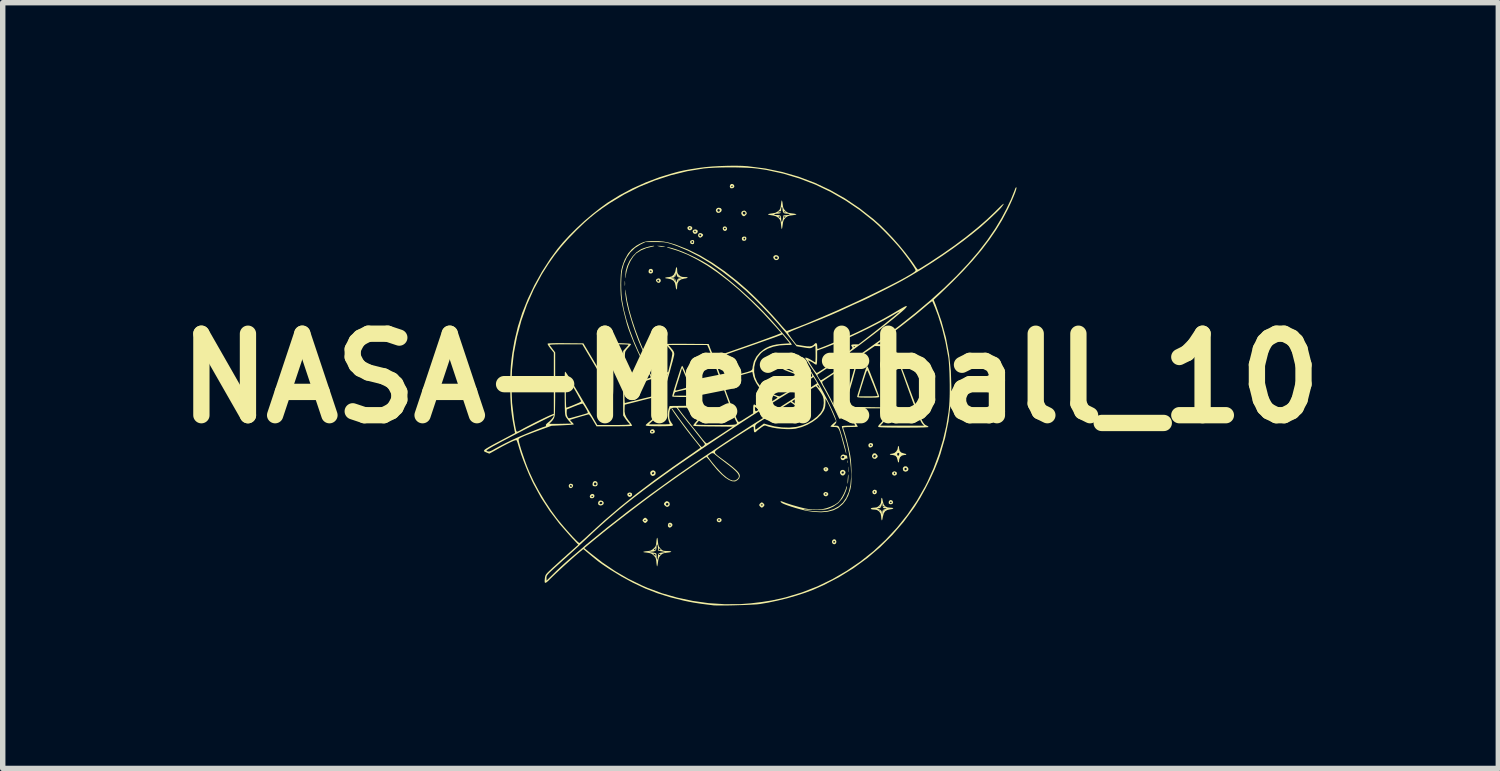
<source format=kicad_pcb>
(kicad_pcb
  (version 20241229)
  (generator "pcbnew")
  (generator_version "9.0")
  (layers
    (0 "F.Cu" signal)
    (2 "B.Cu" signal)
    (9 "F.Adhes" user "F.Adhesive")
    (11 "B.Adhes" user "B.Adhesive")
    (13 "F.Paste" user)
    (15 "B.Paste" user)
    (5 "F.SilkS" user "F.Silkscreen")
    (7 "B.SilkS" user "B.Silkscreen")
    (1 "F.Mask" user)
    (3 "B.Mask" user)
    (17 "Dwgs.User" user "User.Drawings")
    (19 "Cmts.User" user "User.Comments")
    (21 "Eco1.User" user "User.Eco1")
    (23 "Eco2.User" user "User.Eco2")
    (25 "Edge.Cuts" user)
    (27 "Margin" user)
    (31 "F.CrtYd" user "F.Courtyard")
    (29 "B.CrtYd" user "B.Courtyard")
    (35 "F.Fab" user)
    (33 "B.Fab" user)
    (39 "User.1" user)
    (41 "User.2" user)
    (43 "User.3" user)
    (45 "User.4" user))
  (footprint "NASA-Meatball_10"
    (layer "F.Cu")
    (at 10.764 3.914)
    (property "Reference" "NASA-Meatball_10" (at 0 0 0) (layer "F.SilkS") (effects (font (size 1.5 1.5) (thickness 0.3))))
    (attr board_only exclude_from_pos_files exclude_from_bom)
    (fp_poly (pts (xy -1.639 -2.436) (xy -1.601 -2.43) (xy -1.564 -2.42) (xy -1.607 -2.42) (xy -1.65 -2.423) (xy -1.687 -2.43) (xy -1.724 -2.439) (xy -1.681 -2.439)) (stroke (width 0) (type solid)) (fill yes) (layer "F.SilkS"))
    (fp_poly (pts (xy 1.788 1.512) (xy 1.79 1.543) (xy 1.788 1.555) (xy 1.784 1.559) (xy 1.782 1.542) (xy 1.782 1.534) (xy 1.783 1.511) (xy 1.787 1.509)) (stroke (width 0) (type solid)) (fill yes) (layer "F.SilkS"))
    (fp_poly (pts (xy -2.31 -1.782) (xy -2.31 -1.782) (xy -2.308 -1.742) (xy -2.31 -1.708) (xy -2.313 -1.702) (xy -2.315 -1.716) (xy -2.315 -1.749) (xy -2.315 -1.78) (xy -2.313 -1.792)) (stroke (width 0) (type solid)) (fill yes) (layer "F.SilkS"))
    (fp_poly (pts (xy 1.8 1.63) (xy 1.8 1.635) (xy 1.802 1.679) (xy 1.801 1.72) (xy 1.8 1.721) (xy 1.798 1.73) (xy 1.796 1.716) (xy 1.796 1.685) (xy 1.796 1.675) (xy 1.796 1.64) (xy 1.798 1.624)) (stroke (width 0) (type solid)) (fill yes) (layer "F.SilkS"))
    (fp_poly (pts (xy 1.802 1.774) (xy 1.803 1.798) (xy 1.802 1.833) (xy 1.799 1.871) (xy 1.796 1.907) (xy 1.791 1.932) (xy 1.791 1.933) (xy 1.787 1.94) (xy 1.786 1.925) (xy 1.787 1.89) (xy 1.788 1.871) (xy 1.792 1.825) (xy 1.795 1.789) (xy 1.799 1.77) (xy 1.799 1.768)) (stroke (width 0) (type solid)) (fill yes) (layer "F.SilkS"))
    (fp_poly (pts (xy -3.277 1.948) (xy -3.265 1.971) (xy -3.273 1.999) (xy -3.296 2.019) (xy -3.322 2.019) (xy -3.337 2.007) (xy -3.347 1.98) (xy -3.344 1.971) (xy -3.324 1.971) (xy -3.321 1.988) (xy -3.317 1.992) (xy -3.299 2) (xy -3.289 1.987) (xy -3.289 1.982) (xy -3.298 1.965) (xy -3.307 1.963) (xy -3.324 1.971) (xy -3.344 1.971) (xy -3.338 1.954) (xy -3.315 1.94) (xy -3.306 1.939)) (stroke (width 0) (type solid)) (fill yes) (layer "F.SilkS"))
    (fp_poly (pts (xy -0.077 -2.591) (xy -0.076 -2.563) (xy -0.089 -2.539) (xy -0.117 -2.53) (xy -0.144 -2.536) (xy -0.156 -2.552) (xy -0.158 -2.565) (xy -0.13 -2.565) (xy -0.126 -2.56) (xy -0.109 -2.553) (xy -0.099 -2.566) (xy -0.098 -2.571) (xy -0.104 -2.587) (xy -0.11 -2.589) (xy -0.126 -2.581) (xy -0.13 -2.565) (xy -0.158 -2.565) (xy -0.16 -2.571) (xy -0.152 -2.597) (xy -0.128 -2.609) (xy -0.095 -2.609)) (stroke (width 0) (type solid)) (fill yes) (layer "F.SilkS"))
    (fp_poly (pts (xy 2.242 1.198) (xy 2.254 1.21) (xy 2.255 1.238) (xy 2.24 1.26) (xy 2.217 1.272) (xy 2.192 1.272) (xy 2.174 1.255) (xy 2.169 1.227) (xy 2.198 1.227) (xy 2.202 1.239) (xy 2.217 1.246) (xy 2.223 1.244) (xy 2.228 1.231) (xy 2.222 1.223) (xy 2.206 1.216) (xy 2.198 1.227) (xy 2.169 1.227) (xy 2.169 1.225) (xy 2.183 1.201) (xy 2.213 1.19) (xy 2.216 1.19)) (stroke (width 0) (type solid)) (fill yes) (layer "F.SilkS"))
    (fp_poly (pts (xy 2.608 2.249) (xy 2.617 2.259) (xy 2.625 2.288) (xy 2.611 2.311) (xy 2.583 2.319) (xy 2.556 2.312) (xy 2.544 2.299) (xy 2.544 2.281) (xy 2.567 2.281) (xy 2.573 2.293) (xy 2.583 2.295) (xy 2.598 2.288) (xy 2.599 2.281) (xy 2.586 2.269) (xy 2.583 2.268) (xy 2.569 2.278) (xy 2.567 2.281) (xy 2.544 2.281) (xy 2.544 2.271) (xy 2.56 2.247) (xy 2.583 2.239)) (stroke (width 0) (type solid)) (fill yes) (layer "F.SilkS"))
    (fp_poly (pts (xy -2.199 2.105) (xy -2.18 2.124) (xy -2.18 2.152) (xy -2.184 2.159) (xy -2.206 2.18) (xy -2.235 2.182) (xy -2.257 2.166) (xy -2.269 2.138) (xy -2.268 2.135) (xy -2.239 2.135) (xy -2.237 2.146) (xy -2.228 2.147) (xy -2.211 2.141) (xy -2.209 2.135) (xy -2.218 2.123) (xy -2.22 2.123) (xy -2.237 2.132) (xy -2.239 2.135) (xy -2.268 2.135) (xy -2.26 2.114) (xy -2.232 2.101) (xy -2.232 2.101)) (stroke (width 0) (type solid)) (fill yes) (layer "F.SilkS"))
    (fp_poly (pts (xy -1.805 -2.004) (xy -1.793 -1.981) (xy -1.797 -1.954) (xy -1.806 -1.941) (xy -1.83 -1.928) (xy -1.861 -1.934) (xy -1.862 -1.935) (xy -1.875 -1.951) (xy -1.876 -1.976) (xy -1.851 -1.976) (xy -1.847 -1.964) (xy -1.832 -1.956) (xy -1.826 -1.958) (xy -1.821 -1.971) (xy -1.827 -1.979) (xy -1.844 -1.986) (xy -1.851 -1.976) (xy -1.876 -1.976) (xy -1.876 -1.977) (xy -1.866 -2.002) (xy -1.856 -2.011) (xy -1.828 -2.016)) (stroke (width 0) (type solid)) (fill yes) (layer "F.SilkS"))
    (fp_poly (pts (xy -1.786 0.939) (xy -1.767 0.957) (xy -1.759 0.983) (xy -1.768 1.001) (xy -1.791 1.015) (xy -1.82 1.017) (xy -1.843 1.007) (xy -1.849 0.998) (xy -1.85 0.982) (xy -1.828 0.982) (xy -1.818 0.993) (xy -1.81 0.994) (xy -1.794 0.987) (xy -1.791 0.982) (xy -1.801 0.971) (xy -1.81 0.969) (xy -1.826 0.976) (xy -1.828 0.982) (xy -1.85 0.982) (xy -1.85 0.97) (xy -1.835 0.948) (xy -1.811 0.937)) (stroke (width 0) (type solid)) (fill yes) (layer "F.SilkS"))
    (fp_poly (pts (xy -1.675 -1.837) (xy -1.656 -1.82) (xy -1.651 -1.795) (xy -1.656 -1.78) (xy -1.677 -1.758) (xy -1.704 -1.759) (xy -1.723 -1.774) (xy -1.74 -1.796) (xy -1.738 -1.809) (xy -1.716 -1.809) (xy -1.713 -1.792) (xy -1.71 -1.787) (xy -1.692 -1.78) (xy -1.681 -1.792) (xy -1.681 -1.798) (xy -1.691 -1.814) (xy -1.699 -1.816) (xy -1.716 -1.809) (xy -1.738 -1.809) (xy -1.737 -1.815) (xy -1.728 -1.826) (xy -1.701 -1.84)) (stroke (width 0) (type solid)) (fill yes) (layer "F.SilkS"))
    (fp_poly (pts (xy -0.988 -2.734) (xy -0.971 -2.717) (xy -0.97 -2.708) (xy -0.979 -2.679) (xy -1.002 -2.662) (xy -1.03 -2.66) (xy -1.049 -2.67) (xy -1.066 -2.699) (xy -1.065 -2.704) (xy -1.038 -2.704) (xy -1.028 -2.69) (xy -1.018 -2.687) (xy -1.006 -2.695) (xy -1.006 -2.697) (xy -1.014 -2.715) (xy -1.031 -2.718) (xy -1.033 -2.717) (xy -1.038 -2.704) (xy -1.065 -2.704) (xy -1.06 -2.723) (xy -1.043 -2.736) (xy -1.015 -2.742)) (stroke (width 0) (type solid)) (fill yes) (layer "F.SilkS"))
    (fp_poly (pts (xy -0.549 -3.133) (xy -0.531 -3.111) (xy -0.533 -3.082) (xy -0.547 -3.062) (xy -0.578 -3.045) (xy -0.61 -3.048) (xy -0.623 -3.058) (xy -0.637 -3.084) (xy -0.609 -3.084) (xy -0.593 -3.069) (xy -0.582 -3.068) (xy -0.568 -3.078) (xy -0.564 -3.092) (xy -0.573 -3.112) (xy -0.592 -3.116) (xy -0.607 -3.104) (xy -0.609 -3.084) (xy -0.637 -3.084) (xy -0.638 -3.086) (xy -0.632 -3.114) (xy -0.611 -3.135) (xy -0.583 -3.141)) (stroke (width 0) (type solid)) (fill yes) (layer "F.SilkS"))
    (fp_poly (pts (xy -0.445 -2.787) (xy -0.432 -2.763) (xy -0.431 -2.762) (xy -0.436 -2.732) (xy -0.456 -2.715) (xy -0.482 -2.715) (xy -0.503 -2.73) (xy -0.511 -2.755) (xy -0.51 -2.766) (xy -0.489 -2.766) (xy -0.486 -2.749) (xy -0.483 -2.745) (xy -0.468 -2.742) (xy -0.455 -2.755) (xy -0.454 -2.762) (xy -0.464 -2.772) (xy -0.472 -2.773) (xy -0.489 -2.766) (xy -0.51 -2.766) (xy -0.509 -2.773) (xy -0.493 -2.793) (xy -0.468 -2.797)) (stroke (width 0) (type solid)) (fill yes) (layer "F.SilkS"))
    (fp_poly (pts (xy -0.325 -3.576) (xy -0.303 -3.558) (xy -0.297 -3.529) (xy -0.31 -3.509) (xy -0.336 -3.498) (xy -0.362 -3.499) (xy -0.372 -3.505) (xy -0.381 -3.529) (xy -0.38 -3.534) (xy -0.356 -3.534) (xy -0.347 -3.522) (xy -0.344 -3.522) (xy -0.328 -3.531) (xy -0.325 -3.534) (xy -0.328 -3.544) (xy -0.337 -3.546) (xy -0.354 -3.54) (xy -0.356 -3.534) (xy -0.38 -3.534) (xy -0.376 -3.556) (xy -0.359 -3.576) (xy -0.355 -3.577)) (stroke (width 0) (type solid)) (fill yes) (layer "F.SilkS"))
    (fp_poly (pts (xy 0.492 -2.264) (xy 0.515 -2.248) (xy 0.526 -2.224) (xy 0.52 -2.199) (xy 0.494 -2.178) (xy 0.462 -2.176) (xy 0.437 -2.191) (xy 0.419 -2.22) (xy 0.42 -2.226) (xy 0.448 -2.226) (xy 0.449 -2.215) (xy 0.466 -2.199) (xy 0.487 -2.2) (xy 0.498 -2.21) (xy 0.498 -2.228) (xy 0.483 -2.241) (xy 0.461 -2.241) (xy 0.448 -2.226) (xy 0.42 -2.226) (xy 0.425 -2.247) (xy 0.435 -2.257) (xy 0.463 -2.269)) (stroke (width 0) (type solid)) (fill yes) (layer "F.SilkS"))
    (fp_poly (pts (xy 1.4 1.635) (xy 1.422 1.648) (xy 1.433 1.669) (xy 1.428 1.691) (xy 1.404 1.712) (xy 1.376 1.714) (xy 1.352 1.697) (xy 1.35 1.693) (xy 1.342 1.669) (xy 1.374 1.669) (xy 1.384 1.681) (xy 1.387 1.681) (xy 1.398 1.672) (xy 1.399 1.669) (xy 1.39 1.657) (xy 1.387 1.657) (xy 1.375 1.666) (xy 1.374 1.669) (xy 1.342 1.669) (xy 1.342 1.667) (xy 1.35 1.65) (xy 1.374 1.635)) (stroke (width 0) (type solid)) (fill yes) (layer "F.SilkS"))
    (fp_poly (pts (xy 1.565 2.97) (xy 1.58 2.995) (xy 1.579 3.023) (xy 1.564 3.047) (xy 1.54 3.055) (xy 1.52 3.047) (xy 1.512 3.041) (xy 1.499 3.016) (xy 1.501 3.002) (xy 1.523 3.002) (xy 1.526 3.018) (xy 1.529 3.022) (xy 1.545 3.025) (xy 1.557 3.012) (xy 1.558 3.006) (xy 1.548 2.995) (xy 1.54 2.994) (xy 1.523 3.002) (xy 1.501 3.002) (xy 1.503 2.99) (xy 1.519 2.969) (xy 1.542 2.961)) (stroke (width 0) (type solid)) (fill yes) (layer "F.SilkS"))
    (fp_poly (pts (xy 2.316 2.059) (xy 2.325 2.074) (xy 2.325 2.103) (xy 2.31 2.125) (xy 2.286 2.135) (xy 2.262 2.129) (xy 2.247 2.113) (xy 2.244 2.092) (xy 2.27 2.092) (xy 2.276 2.107) (xy 2.283 2.108) (xy 2.296 2.096) (xy 2.296 2.092) (xy 2.287 2.078) (xy 2.283 2.076) (xy 2.272 2.082) (xy 2.27 2.092) (xy 2.244 2.092) (xy 2.242 2.084) (xy 2.257 2.06) (xy 2.286 2.049) (xy 2.288 2.049)) (stroke (width 0) (type solid)) (fill yes) (layer "F.SilkS"))
    (fp_poly (pts (xy -2.896 2.129) (xy -2.876 2.145) (xy -2.872 2.169) (xy -2.882 2.193) (xy -2.906 2.206) (xy -2.909 2.206) (xy -2.935 2.206) (xy -2.948 2.201) (xy -2.959 2.177) (xy -2.957 2.171) (xy -2.93 2.171) (xy -2.924 2.182) (xy -2.914 2.184) (xy -2.899 2.178) (xy -2.898 2.171) (xy -2.911 2.158) (xy -2.914 2.158) (xy -2.929 2.167) (xy -2.93 2.171) (xy -2.957 2.171) (xy -2.952 2.152) (xy -2.932 2.133) (xy -2.904 2.127)) (stroke (width 0) (type solid)) (fill yes) (layer "F.SilkS"))
    (fp_poly (pts (xy -1.087 -2.795) (xy -1.072 -2.775) (xy -1.074 -2.75) (xy -1.079 -2.743) (xy -1.102 -2.727) (xy -1.117 -2.724) (xy -1.142 -2.733) (xy -1.154 -2.743) (xy -1.162 -2.767) (xy -1.129 -2.767) (xy -1.123 -2.752) (xy -1.116 -2.751) (xy -1.103 -2.764) (xy -1.103 -2.767) (xy -1.112 -2.781) (xy -1.116 -2.783) (xy -1.127 -2.777) (xy -1.129 -2.767) (xy -1.162 -2.767) (xy -1.163 -2.768) (xy -1.152 -2.791) (xy -1.126 -2.803) (xy -1.117 -2.804)) (stroke (width 0) (type solid)) (fill yes) (layer "F.SilkS"))
    (fp_poly (pts (xy -1.045 -2.542) (xy -1.037 -2.524) (xy -1.037 -2.509) (xy -1.041 -2.481) (xy -1.058 -2.47) (xy -1.062 -2.469) (xy -1.091 -2.475) (xy -1.105 -2.485) (xy -1.111 -2.504) (xy -1.087 -2.504) (xy -1.084 -2.499) (xy -1.066 -2.491) (xy -1.056 -2.504) (xy -1.055 -2.509) (xy -1.062 -2.526) (xy -1.067 -2.528) (xy -1.083 -2.52) (xy -1.087 -2.504) (xy -1.111 -2.504) (xy -1.114 -2.511) (xy -1.103 -2.533) (xy -1.076 -2.545) (xy -1.066 -2.546)) (stroke (width 0) (type solid)) (fill yes) (layer "F.SilkS"))
    (fp_poly (pts (xy -0.547 2.579) (xy -0.532 2.599) (xy -0.535 2.624) (xy -0.539 2.631) (xy -0.562 2.647) (xy -0.577 2.65) (xy -0.602 2.642) (xy -0.614 2.631) (xy -0.621 2.613) (xy -0.596 2.613) (xy -0.593 2.618) (xy -0.575 2.626) (xy -0.565 2.612) (xy -0.564 2.607) (xy -0.571 2.591) (xy -0.576 2.589) (xy -0.592 2.597) (xy -0.596 2.613) (xy -0.621 2.613) (xy -0.623 2.606) (xy -0.612 2.584) (xy -0.586 2.571) (xy -0.577 2.571)) (stroke (width 0) (type solid)) (fill yes) (layer "F.SilkS"))
    (fp_poly (pts (xy 1.416 2.101) (xy 1.431 2.121) (xy 1.429 2.146) (xy 1.424 2.152) (xy 1.401 2.169) (xy 1.387 2.172) (xy 1.361 2.163) (xy 1.349 2.152) (xy 1.341 2.129) (xy 1.374 2.129) (xy 1.381 2.145) (xy 1.387 2.147) (xy 1.397 2.137) (xy 1.399 2.129) (xy 1.392 2.113) (xy 1.387 2.111) (xy 1.376 2.12) (xy 1.374 2.129) (xy 1.341 2.129) (xy 1.34 2.128) (xy 1.352 2.105) (xy 1.377 2.093) (xy 1.387 2.092)) (stroke (width 0) (type solid)) (fill yes) (layer "F.SilkS"))
    (fp_poly (pts (xy 2.321 1.399) (xy 2.34 1.425) (xy 2.341 1.445) (xy 2.324 1.465) (xy 2.297 1.483) (xy 2.268 1.478) (xy 2.252 1.468) (xy 2.237 1.444) (xy 2.237 1.439) (xy 2.261 1.439) (xy 2.264 1.449) (xy 2.28 1.458) (xy 2.297 1.448) (xy 2.305 1.432) (xy 2.3 1.414) (xy 2.29 1.411) (xy 2.268 1.42) (xy 2.261 1.439) (xy 2.237 1.439) (xy 2.239 1.415) (xy 2.255 1.389) (xy 2.272 1.38) (xy 2.299 1.38)) (stroke (width 0) (type solid)) (fill yes) (layer "F.SilkS"))
    (fp_poly (pts (xy 2.68 1.72) (xy 2.695 1.74) (xy 2.693 1.765) (xy 2.688 1.772) (xy 2.665 1.788) (xy 2.65 1.791) (xy 2.625 1.783) (xy 2.613 1.772) (xy 2.605 1.749) (xy 2.638 1.749) (xy 2.645 1.765) (xy 2.65 1.767) (xy 2.661 1.757) (xy 2.663 1.749) (xy 2.656 1.732) (xy 2.65 1.73) (xy 2.64 1.74) (xy 2.638 1.749) (xy 2.605 1.749) (xy 2.604 1.747) (xy 2.615 1.725) (xy 2.641 1.712) (xy 2.65 1.712)) (stroke (width 0) (type solid)) (fill yes) (layer "F.SilkS"))
    (fp_poly (pts (xy 2.867 1.62) (xy 2.882 1.627) (xy 2.904 1.654) (xy 2.906 1.682) (xy 2.89 1.706) (xy 2.858 1.718) (xy 2.851 1.718) (xy 2.823 1.708) (xy 2.81 1.694) (xy 2.805 1.669) (xy 2.834 1.669) (xy 2.841 1.689) (xy 2.856 1.691) (xy 2.874 1.679) (xy 2.877 1.669) (xy 2.867 1.651) (xy 2.856 1.647) (xy 2.839 1.651) (xy 2.834 1.669) (xy 2.805 1.669) (xy 2.803 1.662) (xy 2.814 1.635) (xy 2.837 1.619)) (stroke (width 0) (type solid)) (fill yes) (layer "F.SilkS"))
    (fp_poly (pts (xy -2.72 2.26) (xy -2.702 2.283) (xy -2.704 2.311) (xy -2.707 2.316) (xy -2.731 2.335) (xy -2.763 2.341) (xy -2.792 2.331) (xy -2.797 2.326) (xy -2.805 2.303) (xy -2.779 2.303) (xy -2.777 2.31) (xy -2.761 2.317) (xy -2.74 2.312) (xy -2.727 2.298) (xy -2.731 2.282) (xy -2.748 2.273) (xy -2.767 2.277) (xy -2.774 2.283) (xy -2.779 2.303) (xy -2.805 2.303) (xy -2.807 2.298) (xy -2.799 2.27) (xy -2.777 2.251) (xy -2.753 2.248)) (stroke (width 0) (type solid)) (fill yes) (layer "F.SilkS"))
    (fp_poly (pts (xy -1.756 1.71) (xy -1.755 1.711) (xy -1.744 1.74) (xy -1.751 1.769) (xy -1.772 1.791) (xy -1.801 1.797) (xy -1.813 1.795) (xy -1.831 1.78) (xy -1.841 1.766) (xy -1.845 1.747) (xy -1.814 1.747) (xy -1.811 1.764) (xy -1.796 1.765) (xy -1.777 1.753) (xy -1.773 1.742) (xy -1.781 1.727) (xy -1.797 1.726) (xy -1.811 1.738) (xy -1.814 1.747) (xy -1.845 1.747) (xy -1.847 1.736) (xy -1.834 1.711) (xy -1.811 1.696) (xy -1.782 1.694)) (stroke (width 0) (type solid)) (fill yes) (layer "F.SilkS"))
    (fp_poly (pts (xy -0.899 -2.668) (xy -0.877 -2.651) (xy -0.871 -2.637) (xy -0.881 -2.619) (xy -0.901 -2.6) (xy -0.923 -2.589) (xy -0.926 -2.589) (xy -0.947 -2.598) (xy -0.957 -2.607) (xy -0.966 -2.633) (xy -0.963 -2.643) (xy -0.943 -2.643) (xy -0.94 -2.626) (xy -0.937 -2.622) (xy -0.919 -2.614) (xy -0.908 -2.627) (xy -0.908 -2.632) (xy -0.918 -2.648) (xy -0.926 -2.65) (xy -0.943 -2.643) (xy -0.963 -2.643) (xy -0.958 -2.659) (xy -0.937 -2.674) (xy -0.928 -2.675)) (stroke (width 0) (type solid)) (fill yes) (layer "F.SilkS"))
    (fp_poly (pts (xy -0.086 -3.073) (xy -0.074 -3.056) (xy -0.068 -3.034) (xy -0.08 -3.013) (xy -0.086 -3.007) (xy -0.111 -2.986) (xy -0.132 -2.985) (xy -0.153 -3.001) (xy -0.17 -3.031) (xy -0.167 -3.055) (xy -0.141 -3.055) (xy -0.141 -3.036) (xy -0.134 -3.024) (xy -0.116 -3.015) (xy -0.098 -3.023) (xy -0.092 -3.042) (xy -0.094 -3.05) (xy -0.11 -3.066) (xy -0.132 -3.064) (xy -0.141 -3.055) (xy -0.167 -3.055) (xy -0.166 -3.061) (xy -0.146 -3.08) (xy -0.113 -3.089)) (stroke (width 0) (type solid)) (fill yes) (layer "F.SilkS"))
    (fp_poly (pts (xy 1.709 1.685) (xy 1.739 1.703) (xy 1.75 1.73) (xy 1.741 1.761) (xy 1.735 1.768) (xy 1.708 1.789) (xy 1.681 1.786) (xy 1.664 1.772) (xy 1.647 1.743) (xy 1.647 1.74) (xy 1.675 1.74) (xy 1.676 1.744) (xy 1.692 1.754) (xy 1.71 1.751) (xy 1.718 1.738) (xy 1.713 1.718) (xy 1.71 1.714) (xy 1.696 1.713) (xy 1.68 1.725) (xy 1.675 1.74) (xy 1.647 1.74) (xy 1.65 1.714) (xy 1.668 1.692) (xy 1.697 1.684)) (stroke (width 0) (type solid)) (fill yes) (layer "F.SilkS"))
    (fp_poly (pts (xy -1.523 2.265) (xy -1.515 2.268) (xy -1.492 2.289) (xy -1.485 2.318) (xy -1.495 2.345) (xy -1.508 2.356) (xy -1.529 2.366) (xy -1.543 2.365) (xy -1.562 2.353) (xy -1.568 2.349) (xy -1.591 2.325) (xy -1.591 2.311) (xy -1.558 2.311) (xy -1.551 2.334) (xy -1.534 2.341) (xy -1.517 2.33) (xy -1.511 2.315) (xy -1.517 2.298) (xy -1.533 2.295) (xy -1.553 2.301) (xy -1.558 2.311) (xy -1.591 2.311) (xy -1.591 2.3) (xy -1.571 2.276) (xy -1.547 2.261)) (stroke (width 0) (type solid)) (fill yes) (layer "F.SilkS"))
    (fp_poly (pts (xy -1.454 2.666) (xy -1.438 2.688) (xy -1.436 2.7) (xy -1.444 2.72) (xy -1.464 2.739) (xy -1.484 2.748) (xy -1.487 2.748) (xy -1.5 2.743) (xy -1.506 2.74) (xy -1.519 2.724) (xy -1.52 2.7) (xy -1.497 2.7) (xy -1.487 2.71) (xy -1.478 2.712) (xy -1.465 2.706) (xy -1.466 2.7) (xy -1.482 2.688) (xy -1.485 2.687) (xy -1.497 2.697) (xy -1.497 2.7) (xy -1.52 2.7) (xy -1.52 2.697) (xy -1.511 2.671) (xy -1.504 2.663) (xy -1.479 2.656)) (stroke (width 0) (type solid)) (fill yes) (layer "F.SilkS"))
    (fp_poly (pts (xy -2.839 1.895) (xy -2.819 1.915) (xy -2.813 1.946) (xy -2.815 1.957) (xy -2.827 1.98) (xy -2.853 1.988) (xy -2.857 1.988) (xy -2.885 1.985) (xy -2.9 1.98) (xy -2.908 1.958) (xy -2.906 1.944) (xy -2.882 1.944) (xy -2.875 1.962) (xy -2.859 1.969) (xy -2.853 1.968) (xy -2.837 1.953) (xy -2.834 1.944) (xy -2.843 1.924) (xy -2.861 1.918) (xy -2.874 1.924) (xy -2.882 1.944) (xy -2.906 1.944) (xy -2.905 1.928) (xy -2.894 1.905) (xy -2.893 1.904) (xy -2.866 1.89)) (stroke (width 0) (type solid)) (fill yes) (layer "F.SilkS"))
    (fp_poly (pts (xy -1.921 2.573) (xy -1.901 2.592) (xy -1.89 2.611) (xy -1.89 2.614) (xy -1.898 2.631) (xy -1.917 2.651) (xy -1.936 2.662) (xy -1.939 2.663) (xy -1.955 2.655) (xy -1.969 2.643) (xy -1.984 2.624) (xy -1.988 2.614) (xy -1.957 2.614) (xy -1.954 2.624) (xy -1.946 2.626) (xy -1.929 2.619) (xy -1.926 2.614) (xy -1.935 2.602) (xy -1.938 2.601) (xy -1.955 2.61) (xy -1.957 2.614) (xy -1.988 2.614) (xy -1.979 2.596) (xy -1.96 2.576) (xy -1.941 2.565) (xy -1.939 2.565)) (stroke (width 0) (type solid)) (fill yes) (layer "F.SilkS"))
    (fp_poly (pts (xy 0.226 2.291) (xy 0.246 2.31) (xy 0.257 2.329) (xy 0.258 2.331) (xy 0.249 2.349) (xy 0.23 2.369) (xy 0.211 2.38) (xy 0.209 2.38) (xy 0.192 2.373) (xy 0.179 2.361) (xy 0.163 2.341) (xy 0.16 2.331) (xy 0.19 2.331) (xy 0.205 2.343) (xy 0.209 2.344) (xy 0.224 2.335) (xy 0.227 2.331) (xy 0.223 2.322) (xy 0.209 2.319) (xy 0.191 2.324) (xy 0.19 2.331) (xy 0.16 2.331) (xy 0.168 2.314) (xy 0.187 2.294) (xy 0.206 2.283) (xy 0.209 2.282)) (stroke (width 0) (type solid)) (fill yes) (layer "F.SilkS"))
    (fp_poly (pts (xy -1.771 -2.437) (xy -1.771 -2.437) (xy -1.777 -2.432) (xy -1.801 -2.425) (xy -1.812 -2.423) (xy -1.918 -2.397) (xy -2.016 -2.356) (xy -2.099 -2.303) (xy -2.107 -2.296) (xy -2.159 -2.239) (xy -2.207 -2.164) (xy -2.248 -2.075) (xy -2.278 -1.98) (xy -2.294 -1.9) (xy -2.299 -1.86) (xy -2.302 -1.843) (xy -2.304 -1.847) (xy -2.305 -1.872) (xy -2.305 -1.878) (xy -2.297 -1.975) (xy -2.269 -2.072) (xy -2.225 -2.166) (xy -2.166 -2.251) (xy -2.097 -2.321) (xy -2.019 -2.374) (xy -2.008 -2.379) (xy -1.966 -2.396) (xy -1.917 -2.412) (xy -1.867 -2.426) (xy -1.822 -2.435) (xy -1.788 -2.44)) (stroke (width 0) (type solid)) (fill yes) (layer "F.SilkS"))
    (fp_poly (pts (xy 1.731 1.409) (xy 1.754 1.418) (xy 1.766 1.418) (xy 1.775 1.424) (xy 1.782 1.447) (xy 1.782 1.448) (xy 1.783 1.474) (xy 1.777 1.485) (xy 1.777 1.485) (xy 1.767 1.475) (xy 1.767 1.472) (xy 1.76 1.471) (xy 1.743 1.485) (xy 1.742 1.485) (xy 1.711 1.506) (xy 1.684 1.504) (xy 1.669 1.492) (xy 1.657 1.462) (xy 1.659 1.453) (xy 1.674 1.453) (xy 1.676 1.462) (xy 1.694 1.472) (xy 1.716 1.467) (xy 1.725 1.459) (xy 1.725 1.44) (xy 1.72 1.433) (xy 1.703 1.428) (xy 1.684 1.437) (xy 1.674 1.453) (xy 1.659 1.453) (xy 1.662 1.434) (xy 1.679 1.411) (xy 1.705 1.401)) (stroke (width 0) (type solid)) (fill yes) (layer "F.SilkS"))
    (fp_poly (pts (xy 2.724 1.245) (xy 2.733 1.262) (xy 2.736 1.291) (xy 2.736 1.293) (xy 2.747 1.337) (xy 2.777 1.367) (xy 2.827 1.383) (xy 2.859 1.391) (xy 2.87 1.401) (xy 2.858 1.409) (xy 2.83 1.411) (xy 2.786 1.422) (xy 2.753 1.451) (xy 2.737 1.494) (xy 2.736 1.506) (xy 2.733 1.54) (xy 2.724 1.55) (xy 2.715 1.537) (xy 2.708 1.508) (xy 2.694 1.456) (xy 2.667 1.425) (xy 2.625 1.412) (xy 2.612 1.411) (xy 2.582 1.408) (xy 2.565 1.401) (xy 2.565 1.399) (xy 2.566 1.397) (xy 2.698 1.397) (xy 2.704 1.413) (xy 2.715 1.427) (xy 2.726 1.421) (xy 2.732 1.413) (xy 2.74 1.389) (xy 2.734 1.378) (xy 2.718 1.37) (xy 2.704 1.379) (xy 2.698 1.397) (xy 2.566 1.397) (xy 2.575 1.391) (xy 2.602 1.387) (xy 2.606 1.387) (xy 2.648 1.375) (xy 2.683 1.346) (xy 2.706 1.307) (xy 2.712 1.274) (xy 2.715 1.25) (xy 2.724 1.245)) (stroke (width 0) (type solid)) (fill yes) (layer "F.SilkS"))
    (fp_poly (pts (xy 2.154 -0.218) (xy 2.162 -0.204) (xy 2.177 -0.168) (xy 2.199 -0.115) (xy 2.226 -0.044) (xy 2.26 0.041) (xy 2.297 0.138) (xy 2.326 0.215) (xy 2.344 0.264) (xy 2.359 0.305) (xy 2.367 0.333) (xy 2.368 0.341) (xy 2.362 0.347) (xy 2.342 0.351) (xy 2.305 0.354) (xy 2.25 0.355) (xy 2.172 0.356) (xy 2.166 0.356) (xy 2.087 0.355) (xy 2.029 0.354) (xy 1.991 0.351) (xy 1.97 0.347) (xy 1.963 0.341) (xy 1.963 0.341) (xy 1.965 0.331) (xy 1.99 0.331) (xy 2.168 0.331) (xy 2.24 0.331) (xy 2.291 0.329) (xy 2.322 0.326) (xy 2.338 0.322) (xy 2.34 0.316) (xy 2.333 0.3) (xy 2.319 0.265) (xy 2.299 0.216) (xy 2.275 0.155) (xy 2.252 0.098) (xy 2.224 0.03) (xy 2.2 -0.031) (xy 2.179 -0.083) (xy 2.164 -0.119) (xy 2.158 -0.135) (xy 2.152 -0.145) (xy 2.146 -0.144) (xy 2.138 -0.131) (xy 2.126 -0.102) (xy 2.11 -0.055) (xy 2.09 0.006) (xy 2.069 0.075) (xy 2.047 0.143) (xy 2.029 0.202) (xy 2.015 0.247) (xy 2.013 0.255) (xy 1.99 0.331) (xy 1.965 0.331) (xy 1.967 0.322) (xy 1.976 0.287) (xy 1.99 0.243) (xy 1.993 0.233) (xy 2.008 0.186) (xy 2.027 0.124) (xy 2.049 0.053) (xy 2.071 -0.019) (xy 2.075 -0.031) (xy 2.098 -0.105) (xy 2.116 -0.159) (xy 2.129 -0.194) (xy 2.139 -0.214) (xy 2.147 -0.221)) (stroke (width 0) (type solid)) (fill yes) (layer "F.SilkS"))
    (fp_poly (pts (xy -1.25 -0.222) (xy -1.235 -0.193) (xy -1.215 -0.148) (xy -1.191 -0.092) (xy -1.165 -0.028) (xy -1.137 0.04) (xy -1.11 0.109) (xy -1.085 0.174) (xy -1.064 0.233) (xy -1.048 0.28) (xy -1.038 0.313) (xy -1.036 0.327) (xy -1.044 0.334) (xy -1.065 0.338) (xy -1.101 0.341) (xy -1.156 0.343) (xy -1.232 0.344) (xy -1.238 0.344) (xy -1.305 0.343) (xy -1.363 0.341) (xy -1.407 0.339) (xy -1.434 0.336) (xy -1.44 0.334) (xy -1.439 0.319) (xy -1.439 0.319) (xy -1.413 0.319) (xy -1.24 0.319) (xy -1.17 0.319) (xy -1.12 0.317) (xy -1.089 0.314) (xy -1.073 0.309) (xy -1.068 0.303) (xy -1.068 0.302) (xy -1.073 0.275) (xy -1.085 0.243) (xy -1.101 0.215) (xy -1.116 0.198) (xy -1.12 0.196) (xy -1.14 0.199) (xy -1.176 0.206) (xy -1.223 0.215) (xy -1.273 0.226) (xy -1.32 0.237) (xy -1.359 0.247) (xy -1.384 0.254) (xy -1.388 0.257) (xy -1.398 0.273) (xy -1.404 0.291) (xy -1.413 0.319) (xy -1.439 0.319) (xy -1.43 0.283) (xy -1.414 0.225) (xy -1.411 0.216) (xy -1.382 0.216) (xy -1.38 0.222) (xy -1.367 0.223) (xy -1.342 0.218) (xy -1.298 0.207) (xy -1.265 0.198) (xy -1.213 0.183) (xy -1.171 0.171) (xy -1.142 0.161) (xy -1.134 0.157) (xy -1.135 0.142) (xy -1.143 0.109) (xy -1.158 0.063) (xy -1.177 0.008) (xy -1.2 -0.05) (xy -1.224 -0.109) (xy -1.23 -0.123) (xy -1.26 -0.19) (xy -1.281 -0.117) (xy -1.294 -0.07) (xy -1.312 -0.011) (xy -1.331 0.05) (xy -1.337 0.067) (xy -1.353 0.119) (xy -1.367 0.164) (xy -1.377 0.196) (xy -1.38 0.204) (xy -1.382 0.216) (xy -1.411 0.216) (xy -1.389 0.145) (xy -1.357 0.043) (xy -1.317 -0.082) (xy -1.298 -0.141) (xy -1.282 -0.183) (xy -1.269 -0.215) (xy -1.259 -0.231) (xy -1.258 -0.231)) (stroke (width 0) (type solid)) (fill yes) (layer "F.SilkS"))
    (fp_poly (pts (xy -1.354 -2.039) (xy -1.35 -2.007) (xy -1.35 -1.991) (xy -1.347 -1.95) (xy -1.335 -1.922) (xy -1.314 -1.899) (xy -1.286 -1.877) (xy -1.255 -1.867) (xy -1.216 -1.865) (xy -1.174 -1.863) (xy -1.156 -1.856) (xy -1.162 -1.848) (xy -1.192 -1.84) (xy -1.215 -1.837) (xy -1.277 -1.821) (xy -1.32 -1.791) (xy -1.344 -1.746) (xy -1.35 -1.696) (xy -1.352 -1.654) (xy -1.358 -1.635) (xy -1.366 -1.64) (xy -1.374 -1.668) (xy -1.378 -1.699) (xy -1.391 -1.757) (xy -1.418 -1.797) (xy -1.453 -1.817) (xy -1.411 -1.817) (xy -1.402 -1.804) (xy -1.399 -1.804) (xy -1.387 -1.808) (xy -1.387 -1.809) (xy -1.395 -1.82) (xy -1.399 -1.822) (xy -1.41 -1.821) (xy -1.411 -1.817) (xy -1.453 -1.817) (xy -1.463 -1.823) (xy -1.522 -1.836) (xy -1.558 -1.841) (xy -1.573 -1.847) (xy -1.57 -1.85) (xy -1.461 -1.85) (xy -1.46 -1.847) (xy -1.436 -1.843) (xy -1.43 -1.842) (xy -1.398 -1.835) (xy -1.383 -1.823) (xy -1.377 -1.798) (xy -1.376 -1.791) (xy -1.372 -1.768) (xy -1.367 -1.764) (xy -1.358 -1.782) (xy -1.347 -1.812) (xy -1.333 -1.812) (xy -1.332 -1.805) (xy -1.325 -1.804) (xy -1.315 -1.808) (xy -1.317 -1.812) (xy -1.332 -1.813) (xy -1.333 -1.812) (xy -1.347 -1.812) (xy -1.345 -1.819) (xy -1.327 -1.837) (xy -1.298 -1.842) (xy -1.258 -1.843) (xy -1.298 -1.853) (xy -1.328 -1.86) (xy -1.343 -1.869) (xy -1.35 -1.884) (xy -1.337 -1.884) (xy -1.331 -1.877) (xy -1.325 -1.884) (xy -1.331 -1.89) (xy -1.337 -1.884) (xy -1.35 -1.884) (xy -1.352 -1.888) (xy -1.359 -1.908) (xy -1.368 -1.932) (xy -1.372 -1.934) (xy -1.373 -1.915) (xy -1.373 -1.914) (xy -1.383 -1.877) (xy -1.41 -1.856) (xy -1.441 -1.851) (xy -1.461 -1.85) (xy -1.57 -1.85) (xy -1.567 -1.853) (xy -1.564 -1.854) (xy -1.535 -1.861) (xy -1.498 -1.864) (xy -1.496 -1.864) (xy -1.449 -1.877) (xy -1.438 -1.886) (xy -1.407 -1.886) (xy -1.405 -1.878) (xy -1.399 -1.877) (xy -1.389 -1.882) (xy -1.391 -1.886) (xy -1.405 -1.887) (xy -1.407 -1.886) (xy -1.438 -1.886) (xy -1.411 -1.909) (xy -1.386 -1.959) (xy -1.379 -1.991) (xy -1.371 -2.031) (xy -1.362 -2.047)) (stroke (width 0) (type solid)) (fill yes) (layer "F.SilkS"))
    (fp_poly (pts (xy 2.423 2.206) (xy 2.431 2.237) (xy 2.435 2.259) (xy 2.45 2.317) (xy 2.479 2.356) (xy 2.524 2.376) (xy 2.566 2.38) (xy 2.609 2.383) (xy 2.628 2.39) (xy 2.624 2.399) (xy 2.596 2.408) (xy 2.569 2.412) (xy 2.516 2.424) (xy 2.479 2.446) (xy 2.454 2.483) (xy 2.438 2.54) (xy 2.435 2.556) (xy 2.427 2.597) (xy 2.42 2.614) (xy 2.414 2.61) (xy 2.408 2.582) (xy 2.405 2.546) (xy 2.405 2.54) (xy 2.395 2.489) (xy 2.367 2.449) (xy 2.344 2.434) (xy 2.372 2.434) (xy 2.374 2.441) (xy 2.38 2.442) (xy 2.391 2.437) (xy 2.389 2.434) (xy 2.374 2.432) (xy 2.372 2.434) (xy 2.344 2.434) (xy 2.327 2.423) (xy 2.293 2.417) (xy 2.257 2.415) (xy 2.23 2.411) (xy 2.228 2.41) (xy 2.213 2.399) (xy 2.216 2.396) (xy 2.325 2.396) (xy 2.368 2.411) (xy 2.399 2.425) (xy 2.413 2.447) (xy 2.417 2.467) (xy 2.422 2.509) (xy 2.427 2.464) (xy 2.432 2.434) (xy 2.432 2.434) (xy 2.446 2.434) (xy 2.448 2.441) (xy 2.454 2.442) (xy 2.464 2.437) (xy 2.462 2.434) (xy 2.448 2.432) (xy 2.446 2.434) (xy 2.432 2.434) (xy 2.447 2.418) (xy 2.476 2.407) (xy 2.502 2.399) (xy 2.505 2.395) (xy 2.494 2.392) (xy 2.465 2.39) (xy 2.451 2.388) (xy 2.44 2.376) (xy 2.435 2.355) (xy 2.442 2.355) (xy 2.451 2.368) (xy 2.454 2.368) (xy 2.466 2.364) (xy 2.466 2.363) (xy 2.458 2.352) (xy 2.454 2.35) (xy 2.443 2.351) (xy 2.442 2.355) (xy 2.435 2.355) (xy 2.432 2.348) (xy 2.431 2.338) (xy 2.427 2.288) (xy 2.412 2.338) (xy 2.4 2.37) (xy 2.384 2.386) (xy 2.362 2.391) (xy 2.325 2.396) (xy 2.216 2.396) (xy 2.22 2.39) (xy 2.244 2.383) (xy 2.276 2.38) (xy 2.318 2.376) (xy 2.35 2.36) (xy 2.372 2.36) (xy 2.374 2.367) (xy 2.38 2.368) (xy 2.391 2.364) (xy 2.389 2.36) (xy 2.374 2.359) (xy 2.372 2.36) (xy 2.35 2.36) (xy 2.35 2.36) (xy 2.368 2.344) (xy 2.393 2.314) (xy 2.403 2.283) (xy 2.405 2.252) (xy 2.408 2.214) (xy 2.414 2.198)) (stroke (width 0) (type solid)) (fill yes) (layer "F.SilkS"))
    (fp_poly (pts (xy 0.582 -3.265) (xy 0.589 -3.236) (xy 0.593 -3.2) (xy 0.6 -3.153) (xy 0.612 -3.121) (xy 0.632 -3.094) (xy 0.641 -3.084) (xy 0.667 -3.062) (xy 0.694 -3.048) (xy 0.731 -3.04) (xy 0.764 -3.036) (xy 0.805 -3.031) (xy 0.835 -3.024) (xy 0.847 -3.019) (xy 0.847 -3.019) (xy 0.835 -3.013) (xy 0.806 -3.007) (xy 0.766 -3.001) (xy 0.718 -2.995) (xy 0.685 -2.984) (xy 0.658 -2.967) (xy 0.644 -2.953) (xy 0.622 -2.929) (xy 0.608 -2.904) (xy 0.599 -2.871) (xy 0.592 -2.822) (xy 0.586 -2.781) (xy 0.58 -2.755) (xy 0.575 -2.747) (xy 0.574 -2.749) (xy 0.569 -2.77) (xy 0.564 -2.807) (xy 0.561 -2.838) (xy 0.556 -2.884) (xy 0.545 -2.915) (xy 0.524 -2.942) (xy 0.517 -2.949) (xy 0.493 -2.969) (xy 0.515 -2.969) (xy 0.525 -2.959) (xy 0.534 -2.957) (xy 0.55 -2.964) (xy 0.552 -2.969) (xy 0.542 -2.98) (xy 0.534 -2.982) (xy 0.517 -2.975) (xy 0.515 -2.969) (xy 0.493 -2.969) (xy 0.491 -2.971) (xy 0.463 -2.985) (xy 0.423 -2.996) (xy 0.389 -3.001) (xy 0.344 -3.009) (xy 0.323 -3.016) (xy 0.324 -3.019) (xy 0.436 -3.019) (xy 0.441 -3.01) (xy 0.467 -3.006) (xy 0.477 -3.006) (xy 0.523 -3.004) (xy 0.549 -2.995) (xy 0.561 -2.975) (xy 0.564 -2.941) (xy 0.564 -2.94) (xy 0.567 -2.898) (xy 0.573 -2.881) (xy 0.582 -2.888) (xy 0.592 -2.919) (xy 0.595 -2.935) (xy 0.602 -2.969) (xy 0.614 -2.969) (xy 0.622 -2.958) (xy 0.625 -2.957) (xy 0.642 -2.966) (xy 0.644 -2.969) (xy 0.641 -2.98) (xy 0.633 -2.982) (xy 0.616 -2.975) (xy 0.614 -2.969) (xy 0.602 -2.969) (xy 0.607 -3) (xy 0.666 -3.004) (xy 0.705 -3.009) (xy 0.722 -3.017) (xy 0.716 -3.025) (xy 0.687 -3.03) (xy 0.669 -3.031) (xy 0.626 -3.036) (xy 0.601 -3.056) (xy 0.597 -3.067) (xy 0.614 -3.067) (xy 0.623 -3.057) (xy 0.632 -3.055) (xy 0.648 -3.058) (xy 0.65 -3.06) (xy 0.641 -3.068) (xy 0.632 -3.072) (xy 0.616 -3.072) (xy 0.614 -3.067) (xy 0.597 -3.067) (xy 0.59 -3.092) (xy 0.589 -3.116) (xy 0.586 -3.142) (xy 0.577 -3.154) (xy 0.577 -3.154) (xy 0.569 -3.143) (xy 0.565 -3.116) (xy 0.564 -3.11) (xy 0.562 -3.082) (xy 0.554 -3.073) (xy 0.552 -3.074) (xy 0.533 -3.074) (xy 0.519 -3.069) (xy 0.507 -3.06) (xy 0.516 -3.056) (xy 0.534 -3.056) (xy 0.556 -3.053) (xy 0.558 -3.047) (xy 0.545 -3.039) (xy 0.52 -3.033) (xy 0.488 -3.031) (xy 0.457 -3.028) (xy 0.437 -3.02) (xy 0.436 -3.019) (xy 0.324 -3.019) (xy 0.326 -3.023) (xy 0.353 -3.03) (xy 0.404 -3.037) (xy 0.405 -3.037) (xy 0.457 -3.047) (xy 0.496 -3.067) (xy 0.513 -3.081) (xy 0.536 -3.104) (xy 0.549 -3.129) (xy 0.557 -3.163) (xy 0.561 -3.197) (xy 0.566 -3.237) (xy 0.571 -3.266) (xy 0.577 -3.276)) (stroke (width 0) (type solid)) (fill yes) (layer "F.SilkS"))
    (fp_poly (pts (xy -1.712 2.944) (xy -1.707 2.973) (xy -1.703 3.013) (xy -1.697 3.06) (xy -1.688 3.091) (xy -1.671 3.117) (xy -1.655 3.135) (xy -1.63 3.159) (xy -1.607 3.172) (xy -1.577 3.177) (xy -1.538 3.178) (xy -1.488 3.18) (xy -1.462 3.186) (xy -1.459 3.193) (xy -1.48 3.201) (xy -1.525 3.208) (xy -1.531 3.208) (xy -1.579 3.215) (xy -1.611 3.224) (xy -1.636 3.24) (xy -1.653 3.256) (xy -1.674 3.281) (xy -1.688 3.308) (xy -1.697 3.344) (xy -1.703 3.387) (xy -1.709 3.428) (xy -1.715 3.454) (xy -1.72 3.462) (xy -1.721 3.46) (xy -1.726 3.438) (xy -1.731 3.401) (xy -1.733 3.373) (xy -1.739 3.329) (xy -1.75 3.298) (xy -1.773 3.27) (xy -1.781 3.261) (xy -1.808 3.237) (xy -1.825 3.228) (xy -1.789 3.228) (xy -1.785 3.238) (xy -1.78 3.244) (xy -1.762 3.26) (xy -1.747 3.263) (xy -1.745 3.25) (xy -1.745 3.249) (xy -1.761 3.234) (xy -1.774 3.229) (xy -1.789 3.228) (xy -1.825 3.228) (xy -1.834 3.223) (xy -1.869 3.214) (xy -1.909 3.208) (xy -1.952 3.203) (xy -1.972 3.198) (xy -1.972 3.195) (xy -1.864 3.195) (xy -1.85 3.198) (xy -1.814 3.204) (xy -1.807 3.205) (xy -1.765 3.212) (xy -1.742 3.219) (xy -1.732 3.23) (xy -1.73 3.249) (xy -1.73 3.256) (xy -1.727 3.295) (xy -1.721 3.325) (xy -1.715 3.338) (xy -1.711 3.333) (xy -1.707 3.305) (xy -1.706 3.289) (xy -1.701 3.249) (xy -1.697 3.239) (xy -1.687 3.239) (xy -1.684 3.25) (xy -1.676 3.252) (xy -1.659 3.245) (xy -1.657 3.239) (xy -1.665 3.228) (xy -1.668 3.227) (xy -1.685 3.236) (xy -1.687 3.239) (xy -1.697 3.239) (xy -1.693 3.228) (xy -1.678 3.217) (xy -1.669 3.214) (xy -1.634 3.207) (xy -1.595 3.202) (xy -1.575 3.201) (xy -1.575 3.197) (xy -1.595 3.192) (xy -1.626 3.186) (xy -1.699 3.172) (xy -1.701 3.147) (xy -1.69 3.147) (xy -1.678 3.162) (xy -1.668 3.166) (xy -1.657 3.157) (xy -1.657 3.154) (xy -1.665 3.139) (xy -1.681 3.131) (xy -1.689 3.133) (xy -1.69 3.147) (xy -1.701 3.147) (xy -1.703 3.114) (xy -1.709 3.074) (xy -1.717 3.057) (xy -1.725 3.063) (xy -1.73 3.092) (xy -1.73 3.11) (xy -1.734 3.15) (xy -1.75 3.174) (xy -1.781 3.187) (xy -1.831 3.192) (xy -1.857 3.193) (xy -1.864 3.195) (xy -1.972 3.195) (xy -1.972 3.193) (xy -1.963 3.19) (xy -1.93 3.183) (xy -1.89 3.179) (xy -1.884 3.179) (xy -1.843 3.171) (xy -1.81 3.153) (xy -1.777 3.153) (xy -1.774 3.164) (xy -1.766 3.163) (xy -1.748 3.148) (xy -1.745 3.142) (xy -1.748 3.131) (xy -1.755 3.131) (xy -1.774 3.147) (xy -1.777 3.153) (xy -1.81 3.153) (xy -1.804 3.15) (xy -1.787 3.135) (xy -1.761 3.11) (xy -1.746 3.087) (xy -1.738 3.058) (xy -1.733 3.013) (xy -1.729 2.972) (xy -1.723 2.943) (xy -1.718 2.933)) (stroke (width 0) (type solid)) (fill yes) (layer "F.SilkS"))
    (fp_poly (pts (xy -0.154 -3.911) (xy -0.042 -3.904) (xy -0.041 -3.903) (xy 0.277 -3.862) (xy 0.586 -3.798) (xy 0.887 -3.711) (xy 1.179 -3.601) (xy 1.463 -3.468) (xy 1.739 -3.312) (xy 2.006 -3.132) (xy 2.264 -2.93) (xy 2.378 -2.829) (xy 2.498 -2.711) (xy 2.62 -2.582) (xy 2.74 -2.446) (xy 2.853 -2.308) (xy 2.954 -2.175) (xy 3.01 -2.096) (xy 3.038 -2.054) (xy 3.062 -2.022) (xy 3.078 -2.003) (xy 3.081 -2.001) (xy 3.094 -2.007) (xy 3.123 -2.024) (xy 3.167 -2.051) (xy 3.222 -2.086) (xy 3.286 -2.125) (xy 3.305 -2.138) (xy 3.538 -2.292) (xy 3.762 -2.449) (xy 3.972 -2.607) (xy 4.168 -2.765) (xy 4.346 -2.919) (xy 4.503 -3.068) (xy 4.512 -3.078) (xy 4.574 -3.139) (xy 4.619 -3.183) (xy 4.649 -3.208) (xy 4.661 -3.215) (xy 4.658 -3.204) (xy 4.639 -3.175) (xy 4.632 -3.166) (xy 4.617 -3.147) (xy 4.599 -3.126) (xy 4.573 -3.099) (xy 4.539 -3.065) (xy 4.494 -3.022) (xy 4.435 -2.966) (xy 4.371 -2.906) (xy 4.237 -2.786) (xy 4.083 -2.66) (xy 3.914 -2.528) (xy 3.731 -2.394) (xy 3.538 -2.26) (xy 3.339 -2.128) (xy 3.137 -2) (xy 2.935 -1.879) (xy 2.795 -1.799) (xy 2.736 -1.767) (xy 2.662 -1.728) (xy 2.577 -1.684) (xy 2.486 -1.637) (xy 2.392 -1.59) (xy 2.299 -1.544) (xy 2.212 -1.501) (xy 2.135 -1.463) (xy 2.071 -1.433) (xy 2.031 -1.415) (xy 1.993 -1.398) (xy 1.941 -1.375) (xy 1.883 -1.349) (xy 1.847 -1.332) (xy 1.743 -1.284) (xy 1.65 -1.241) (xy 1.564 -1.203) (xy 1.48 -1.166) (xy 1.394 -1.13) (xy 1.302 -1.091) (xy 1.199 -1.05) (xy 1.082 -1.003) (xy 0.951 -0.951) (xy 0.877 -0.921) (xy 0.811 -0.894) (xy 0.756 -0.871) (xy 0.716 -0.852) (xy 0.694 -0.841) (xy 0.69 -0.838) (xy 0.696 -0.824) (xy 0.714 -0.796) (xy 0.74 -0.757) (xy 0.765 -0.723) (xy 0.844 -0.62) (xy 0.965 -0.6) (xy 1.037 -0.59) (xy 1.091 -0.588) (xy 1.13 -0.596) (xy 1.16 -0.613) (xy 1.176 -0.63) (xy 1.2 -0.65) (xy 1.216 -0.646) (xy 1.226 -0.62) (xy 1.227 -0.595) (xy 1.229 -0.562) (xy 1.232 -0.542) (xy 1.234 -0.54) (xy 1.248 -0.544) (xy 1.28 -0.556) (xy 1.326 -0.574) (xy 1.383 -0.596) (xy 1.415 -0.609) (xy 1.589 -0.681) (xy 1.769 -0.76) (xy 1.951 -0.843) (xy 2.129 -0.929) (xy 2.299 -1.016) (xy 2.456 -1.1) (xy 2.595 -1.179) (xy 2.607 -1.186) (xy 2.689 -1.235) (xy 2.752 -1.272) (xy 2.799 -1.299) (xy 2.832 -1.317) (xy 2.854 -1.327) (xy 2.867 -1.33) (xy 2.875 -1.329) (xy 2.877 -1.326) (xy 2.874 -1.316) (xy 2.858 -1.296) (xy 2.828 -1.265) (xy 2.782 -1.224) (xy 2.72 -1.172) (xy 2.641 -1.106) (xy 2.544 -1.028) (xy 2.473 -0.971) (xy 2.261 -0.805) (xy 2.041 -0.638) (xy 1.82 -0.475) (xy 1.602 -0.319) (xy 1.391 -0.174) (xy 1.23 -0.067) (xy 1.232 -0.056) (xy 1.244 -0.032) (xy 1.261 -0.004) (xy 1.279 0.021) (xy 1.293 0.036) (xy 1.296 0.037) (xy 1.309 0.03) (xy 1.341 0.011) (xy 1.388 -0.019) (xy 1.448 -0.057) (xy 1.519 -0.104) (xy 1.598 -0.156) (xy 1.683 -0.213) (xy 1.771 -0.273) (xy 1.86 -0.333) (xy 1.948 -0.394) (xy 2.033 -0.452) (xy 2.08 -0.485) (xy 2.423 -0.73) (xy 2.743 -0.971) (xy 3.039 -1.206) (xy 3.313 -1.437) (xy 3.565 -1.664) (xy 3.794 -1.887) (xy 4.002 -2.107) (xy 4.188 -2.323) (xy 4.353 -2.536) (xy 4.498 -2.747) (xy 4.522 -2.785) (xy 4.623 -2.955) (xy 4.715 -3.127) (xy 4.795 -3.296) (xy 4.859 -3.455) (xy 4.876 -3.501) (xy 4.887 -3.516) (xy 4.895 -3.516) (xy 4.896 -3.502) (xy 4.888 -3.468) (xy 4.871 -3.418) (xy 4.846 -3.355) (xy 4.815 -3.282) (xy 4.779 -3.202) (xy 4.739 -3.117) (xy 4.728 -3.096) (xy 4.631 -2.913) (xy 4.52 -2.731) (xy 4.394 -2.548) (xy 4.253 -2.362) (xy 4.094 -2.173) (xy 3.917 -1.979) (xy 3.72 -1.778) (xy 3.503 -1.568) (xy 3.468 -1.535) (xy 3.372 -1.446) (xy 3.412 -1.346) (xy 3.516 -1.048) (xy 3.598 -0.747) (xy 3.655 -0.442) (xy 3.688 -0.135) (xy 3.698 0.173) (xy 3.683 0.481) (xy 3.645 0.788) (xy 3.583 1.092) (xy 3.497 1.392) (xy 3.452 1.522) (xy 3.387 1.684) (xy 3.308 1.856) (xy 3.22 2.029) (xy 3.127 2.197) (xy 3.032 2.35) (xy 3.007 2.387) (xy 2.819 2.642) (xy 2.613 2.882) (xy 2.39 3.104) (xy 2.151 3.308) (xy 1.896 3.494) (xy 1.626 3.661) (xy 1.344 3.807) (xy 1.153 3.892) (xy 1.009 3.946) (xy 0.846 3.999) (xy 0.673 4.049) (xy 0.496 4.092) (xy 0.322 4.129) (xy 0.166 4.155) (xy 0.121 4.16) (xy 0.056 4.164) (xy -0.023 4.168) (xy -0.112 4.172) (xy -0.209 4.175) (xy -0.307 4.178) (xy -0.404 4.18) (xy -0.494 4.181) (xy -0.574 4.181) (xy -0.64 4.18) (xy -0.687 4.178) (xy -0.699 4.176) (xy -0.812 4.162) (xy -0.904 4.15) (xy -0.984 4.138) (xy -1.054 4.127) (xy -1.122 4.114) (xy -1.191 4.1) (xy -1.233 4.091) (xy -1.479 4.029) (xy -1.712 3.956) (xy -1.936 3.869) (xy -2.156 3.766) (xy -2.377 3.646) (xy -2.595 3.512) (xy -2.66 3.469) (xy -2.713 3.433) (xy -2.76 3.4) (xy -2.806 3.366) (xy -2.856 3.326) (xy -2.915 3.278) (xy -2.971 3.231) (xy -3.077 3.142) (xy -3.167 3.217) (xy -3.222 3.264) (xy -3.287 3.321) (xy -3.36 3.387) (xy -3.436 3.455) (xy -3.511 3.524) (xy -3.579 3.588) (xy -3.638 3.644) (xy -3.681 3.686) (xy -3.726 3.731) (xy -3.758 3.757) (xy -3.778 3.765) (xy -3.788 3.754) (xy -3.789 3.725) (xy -3.786 3.691) (xy -3.784 3.673) (xy -3.755 3.673) (xy -3.755 3.724) (xy -3.623 3.594) (xy -3.564 3.536) (xy -3.498 3.474) (xy -3.433 3.414) (xy -3.377 3.364) (xy -3.374 3.361) (xy -3.098 3.125) (xy -3.059 3.125) (xy -2.956 3.21) (xy -2.725 3.39) (xy -2.492 3.548) (xy -2.251 3.688) (xy -1.998 3.812) (xy -1.896 3.856) (xy -1.628 3.956) (xy -1.348 4.036) (xy -1.061 4.097) (xy -0.77 4.138) (xy -0.479 4.157) (xy -0.191 4.156) (xy 0.008 4.141) (xy 0.206 4.117) (xy 0.386 4.089) (xy 0.556 4.053) (xy 0.65 4.03) (xy 0.944 3.941) (xy 1.23 3.83) (xy 1.506 3.697) (xy 1.771 3.543) (xy 2.024 3.371) (xy 2.264 3.18) (xy 2.488 2.971) (xy 2.697 2.747) (xy 2.889 2.507) (xy 3.062 2.254) (xy 3.215 1.987) (xy 3.257 1.904) (xy 3.367 1.66) (xy 3.462 1.404) (xy 3.541 1.142) (xy 3.603 0.879) (xy 3.645 0.621) (xy 3.657 0.505) (xy 3.662 0.429) (xy 3.666 0.336) (xy 3.667 0.231) (xy 3.667 0.12) (xy 3.665 0.007) (xy 3.662 -0.103) (xy 3.657 -0.205) (xy 3.651 -0.295) (xy 3.644 -0.367) (xy 3.64 -0.393) (xy 3.589 -0.666) (xy 3.527 -0.918) (xy 3.455 -1.148) (xy 3.4 -1.293) (xy 3.379 -1.343) (xy 3.362 -1.384) (xy 3.35 -1.412) (xy 3.345 -1.42) (xy 3.334 -1.414) (xy 3.309 -1.395) (xy 3.271 -1.365) (xy 3.226 -1.327) (xy 3.205 -1.309) (xy 3.121 -1.238) (xy 3.022 -1.156) (xy 2.912 -1.069) (xy 2.796 -0.978) (xy 2.679 -0.888) (xy 2.566 -0.803) (xy 2.461 -0.726) (xy 2.433 -0.705) (xy 2.391 -0.675) (xy 2.359 -0.65) (xy 2.339 -0.634) (xy 2.335 -0.63) (xy 2.348 -0.629) (xy 2.38 -0.627) (xy 2.426 -0.626) (xy 2.465 -0.625) (xy 2.521 -0.623) (xy 2.569 -0.621) (xy 2.603 -0.619) (xy 2.614 -0.617) (xy 2.626 -0.606) (xy 2.643 -0.576) (xy 2.665 -0.527) (xy 2.693 -0.456) (xy 2.711 -0.41) (xy 2.735 -0.344) (xy 2.756 -0.286) (xy 2.772 -0.24) (xy 2.783 -0.21) (xy 2.785 -0.2) (xy 2.789 -0.185) (xy 2.8 -0.153) (xy 2.815 -0.112) (xy 2.816 -0.111) (xy 2.828 -0.079) (xy 2.847 -0.028) (xy 2.871 0.039) (xy 2.901 0.118) (xy 2.933 0.206) (xy 2.968 0.299) (xy 2.982 0.337) (xy 3.028 0.459) (xy 3.066 0.56) (xy 3.098 0.642) (xy 3.125 0.708) (xy 3.148 0.759) (xy 3.168 0.797) (xy 3.186 0.825) (xy 3.203 0.845) (xy 3.221 0.859) (xy 3.24 0.869) (xy 3.249 0.872) (xy 3.27 0.885) (xy 3.276 0.896) (xy 3.265 0.899) (xy 3.232 0.901) (xy 3.181 0.904) (xy 3.115 0.905) (xy 3.038 0.907) (xy 2.952 0.907) (xy 2.862 0.908) (xy 2.77 0.908) (xy 2.68 0.907) (xy 2.594 0.906) (xy 2.517 0.905) (xy 2.451 0.903) (xy 2.4 0.901) (xy 2.367 0.898) (xy 2.356 0.896) (xy 2.349 0.886) (xy 2.355 0.872) (xy 2.375 0.847) (xy 2.396 0.825) (xy 2.431 0.785) (xy 2.45 0.749) (xy 2.454 0.708) (xy 2.446 0.656) (xy 2.435 0.616) (xy 2.416 0.552) (xy 2.178 0.552) (xy 2.09 0.552) (xy 2.024 0.553) (xy 1.976 0.557) (xy 1.944 0.566) (xy 1.924 0.58) (xy 1.913 0.602) (xy 1.909 0.632) (xy 1.908 0.674) (xy 1.908 0.694) (xy 1.91 0.744) (xy 1.916 0.78) (xy 1.928 0.81) (xy 1.942 0.832) (xy 1.961 0.862) (xy 1.973 0.884) (xy 1.976 0.889) (xy 1.964 0.892) (xy 1.933 0.894) (xy 1.887 0.895) (xy 1.841 0.896) (xy 1.786 0.897) (xy 1.743 0.899) (xy 1.714 0.903) (xy 1.706 0.906) (xy 1.709 0.924) (xy 1.719 0.955) (xy 1.724 0.969) (xy 1.741 1.024) (xy 1.762 1.096) (xy 1.783 1.179) (xy 1.804 1.265) (xy 1.822 1.347) (xy 1.836 1.417) (xy 1.847 1.495) (xy 1.854 1.586) (xy 1.858 1.693) (xy 1.858 1.755) (xy 1.858 1.837) (xy 1.857 1.899) (xy 1.854 1.948) (xy 1.849 1.988) (xy 1.842 2.025) (xy 1.832 2.064) (xy 1.831 2.066) (xy 1.799 2.159) (xy 1.759 2.236) (xy 1.707 2.304) (xy 1.687 2.324) (xy 1.613 2.385) (xy 1.524 2.429) (xy 1.421 2.455) (xy 1.301 2.465) (xy 1.164 2.458) (xy 1.053 2.442) (xy 0.988 2.429) (xy 0.911 2.409) (xy 0.829 2.386) (xy 0.748 2.361) (xy 0.675 2.336) (xy 0.615 2.313) (xy 0.586 2.299) (xy 0.564 2.284) (xy 0.553 2.269) (xy 0.555 2.261) (xy 0.574 2.264) (xy 0.663 2.298) (xy 0.775 2.334) (xy 0.906 2.371) (xy 0.994 2.393) (xy 1.062 2.405) (xy 1.143 2.412) (xy 1.227 2.414) (xy 1.305 2.409) (xy 1.336 2.405) (xy 1.405 2.388) (xy 1.477 2.362) (xy 1.544 2.33) (xy 1.598 2.295) (xy 1.622 2.274) (xy 1.655 2.232) (xy 1.69 2.176) (xy 1.722 2.115) (xy 1.747 2.057) (xy 1.757 2.026) (xy 1.766 1.997) (xy 1.774 1.983) (xy 1.776 1.985) (xy 1.775 2.009) (xy 1.765 2.049) (xy 1.747 2.097) (xy 1.724 2.148) (xy 1.699 2.195) (xy 1.683 2.22) (xy 1.615 2.297) (xy 1.528 2.358) (xy 1.451 2.394) (xy 1.414 2.406) (xy 1.376 2.415) (xy 1.329 2.419) (xy 1.269 2.422) (xy 1.233 2.422) (xy 1.168 2.422) (xy 1.104 2.42) (xy 1.05 2.418) (xy 1.018 2.415) (xy 0.984 2.411) (xy 0.972 2.411) (xy 0.983 2.416) (xy 0.988 2.418) (xy 1.015 2.424) (xy 1.06 2.432) (xy 1.115 2.439) (xy 1.157 2.444) (xy 1.296 2.451) (xy 1.42 2.439) (xy 1.529 2.407) (xy 1.622 2.357) (xy 1.7 2.288) (xy 1.761 2.2) (xy 1.808 2.093) (xy 1.838 1.968) (xy 1.852 1.824) (xy 1.853 1.766) (xy 1.847 1.643) (xy 1.832 1.506) (xy 1.808 1.36) (xy 1.777 1.213) (xy 1.739 1.071) (xy 1.712 0.984) (xy 1.697 0.939) (xy 1.686 0.904) (xy 1.681 0.884) (xy 1.681 0.882) (xy 1.692 0.878) (xy 1.723 0.874) (xy 1.768 0.872) (xy 1.804 0.871) (xy 1.855 0.871) (xy 1.896 0.87) (xy 1.921 0.869) (xy 1.926 0.868) (xy 1.921 0.856) (xy 1.909 0.829) (xy 1.902 0.816) (xy 1.882 0.754) (xy 1.879 0.681) (xy 1.891 0.605) (xy 1.897 0.585) (xy 1.917 0.527) (xy 2.176 0.53) (xy 2.435 0.534) (xy 2.463 0.625) (xy 2.479 0.687) (xy 2.482 0.734) (xy 2.471 0.773) (xy 2.444 0.812) (xy 2.427 0.831) (xy 2.388 0.871) (xy 2.791 0.871) (xy 3.195 0.871) (xy 3.167 0.842) (xy 3.152 0.822) (xy 3.134 0.79) (xy 3.112 0.745) (xy 3.086 0.685) (xy 3.055 0.609) (xy 3.019 0.515) (xy 2.976 0.401) (xy 2.927 0.266) (xy 2.915 0.233) (xy 2.861 0.083) (xy 2.815 -0.046) (xy 2.775 -0.155) (xy 2.742 -0.246) (xy 2.714 -0.322) (xy 2.692 -0.383) (xy 2.674 -0.432) (xy 2.659 -0.471) (xy 2.647 -0.5) (xy 2.638 -0.523) (xy 2.635 -0.53) (xy 2.611 -0.588) (xy 2.45 -0.591) (xy 2.288 -0.595) (xy 2.166 -0.512) (xy 2.108 -0.473) (xy 2.064 -0.443) (xy 2.032 -0.416) (xy 2.009 -0.39) (xy 1.991 -0.359) (xy 1.976 -0.319) (xy 1.96 -0.266) (xy 1.941 -0.196) (xy 1.934 -0.166) (xy 1.912 -0.085) (xy 1.89 -0.003) (xy 1.869 0.073) (xy 1.85 0.137) (xy 1.84 0.172) (xy 1.825 0.224) (xy 1.804 0.292) (xy 1.781 0.371) (xy 1.757 0.452) (xy 1.742 0.503) (xy 1.716 0.592) (xy 1.694 0.659) (xy 1.677 0.706) (xy 1.663 0.735) (xy 1.651 0.748) (xy 1.64 0.746) (xy 1.629 0.732) (xy 1.623 0.721) (xy 1.613 0.7) (xy 1.595 0.662) (xy 1.571 0.611) (xy 1.544 0.552) (xy 1.532 0.528) (xy 1.498 0.457) (xy 1.456 0.375) (xy 1.408 0.285) (xy 1.358 0.193) (xy 1.308 0.103) (xy 1.293 0.077) (xy 1.32 0.077) (xy 1.331 0.106) (xy 1.344 0.131) (xy 1.379 0.192) (xy 1.419 0.266) (xy 1.462 0.347) (xy 1.504 0.429) (xy 1.542 0.506) (xy 1.574 0.571) (xy 1.592 0.611) (xy 1.612 0.655) (xy 1.631 0.689) (xy 1.644 0.707) (xy 1.648 0.708) (xy 1.656 0.696) (xy 1.668 0.664) (xy 1.683 0.617) (xy 1.699 0.561) (xy 1.7 0.558) (xy 1.716 0.499) (xy 1.737 0.424) (xy 1.762 0.338) (xy 1.788 0.248) (xy 1.813 0.161) (xy 1.816 0.153) (xy 1.854 0.021) (xy 1.887 -0.092) (xy 1.913 -0.185) (xy 1.932 -0.258) (xy 1.944 -0.31) (xy 1.949 -0.339) (xy 1.949 -0.345) (xy 1.938 -0.34) (xy 1.91 -0.324) (xy 1.868 -0.299) (xy 1.815 -0.265) (xy 1.753 -0.226) (xy 1.686 -0.183) (xy 1.616 -0.138) (xy 1.548 -0.093) (xy 1.483 -0.05) (xy 1.425 -0.011) (xy 1.376 0.022) (xy 1.341 0.046) (xy 1.321 0.061) (xy 1.321 0.062) (xy 1.32 0.077) (xy 1.293 0.077) (xy 1.26 0.02) (xy 1.218 -0.05) (xy 1.184 -0.103) (xy 1.152 -0.15) (xy 1.118 -0.201) (xy 1.084 -0.253) (xy 1.053 -0.3) (xy 1.033 -0.331) (xy 1.063 -0.331) (xy 1.066 -0.322) (xy 1.081 -0.296) (xy 1.104 -0.257) (xy 1.131 -0.215) (xy 1.162 -0.168) (xy 1.19 -0.131) (xy 1.21 -0.106) (xy 1.219 -0.098) (xy 1.233 -0.105) (xy 1.264 -0.123) (xy 1.307 -0.15) (xy 1.36 -0.185) (xy 1.398 -0.211) (xy 1.473 -0.261) (xy 1.557 -0.32) (xy 1.642 -0.379) (xy 1.718 -0.432) (xy 1.728 -0.439) (xy 1.788 -0.483) (xy 1.831 -0.514) (xy 1.858 -0.537) (xy 1.873 -0.552) (xy 1.878 -0.563) (xy 1.875 -0.572) (xy 1.872 -0.576) (xy 1.859 -0.595) (xy 1.895 -0.595) (xy 1.896 -0.589) (xy 1.909 -0.579) (xy 1.923 -0.577) (xy 1.926 -0.582) (xy 1.917 -0.589) (xy 1.907 -0.594) (xy 1.895 -0.595) (xy 1.859 -0.595) (xy 1.855 -0.601) (xy 1.857 -0.616) (xy 1.881 -0.624) (xy 1.921 -0.626) (xy 1.989 -0.626) (xy 2.206 -0.794) (xy 2.274 -0.847) (xy 2.346 -0.903) (xy 2.419 -0.961) (xy 2.491 -1.018) (xy 2.558 -1.073) (xy 2.62 -1.123) (xy 2.672 -1.166) (xy 2.712 -1.2) (xy 2.739 -1.223) (xy 2.749 -1.233) (xy 2.749 -1.233) (xy 2.739 -1.228) (xy 2.711 -1.214) (xy 2.67 -1.191) (xy 2.619 -1.161) (xy 2.592 -1.145) (xy 2.46 -1.071) (xy 2.311 -0.992) (xy 2.152 -0.911) (xy 1.987 -0.831) (xy 1.821 -0.754) (xy 1.659 -0.681) (xy 1.505 -0.617) (xy 1.366 -0.562) (xy 1.322 -0.546) (xy 1.227 -0.512) (xy 1.227 -0.386) (xy 1.226 -0.332) (xy 1.223 -0.289) (xy 1.219 -0.26) (xy 1.216 -0.252) (xy 1.2 -0.254) (xy 1.176 -0.268) (xy 1.15 -0.287) (xy 1.117 -0.306) (xy 1.086 -0.322) (xy 1.065 -0.331) (xy 1.063 -0.331) (xy 1.033 -0.331) (xy 1.028 -0.339) (xy 1.012 -0.365) (xy 1.006 -0.375) (xy 1.016 -0.382) (xy 1.041 -0.376) (xy 1.077 -0.361) (xy 1.117 -0.338) (xy 1.153 -0.316) (xy 1.18 -0.3) (xy 1.192 -0.295) (xy 1.194 -0.306) (xy 1.196 -0.337) (xy 1.198 -0.384) (xy 1.198 -0.441) (xy 1.198 -0.448) (xy 1.197 -0.506) (xy 1.196 -0.554) (xy 1.195 -0.587) (xy 1.194 -0.601) (xy 1.194 -0.601) (xy 1.183 -0.596) (xy 1.158 -0.582) (xy 1.148 -0.575) (xy 1.129 -0.565) (xy 1.113 -0.558) (xy 1.093 -0.555) (xy 1.067 -0.556) (xy 1.028 -0.561) (xy 0.973 -0.57) (xy 0.923 -0.578) (xy 0.847 -0.591) (xy 0.764 -0.698) (xy 0.642 -0.849) (xy 0.507 -1.008) (xy 0.363 -1.167) (xy 0.216 -1.322) (xy 0.07 -1.468) (xy -0.069 -1.599) (xy -0.096 -1.624) (xy -0.309 -1.805) (xy -0.522 -1.969) (xy -0.733 -2.115) (xy -0.941 -2.241) (xy -1.143 -2.346) (xy -1.339 -2.43) (xy -1.416 -2.458) (xy -1.474 -2.477) (xy -1.519 -2.49) (xy -1.558 -2.499) (xy -1.597 -2.505) (xy -1.643 -2.507) (xy -1.703 -2.508) (xy -1.749 -2.508) (xy -1.934 -2.509) (xy -2.025 -2.464) (xy -2.125 -2.401) (xy -2.21 -2.32) (xy -2.279 -2.221) (xy -2.331 -2.106) (xy -2.361 -1.998) (xy -2.371 -1.929) (xy -2.377 -1.844) (xy -2.38 -1.747) (xy -2.379 -1.646) (xy -2.374 -1.549) (xy -2.366 -1.46) (xy -2.362 -1.433) (xy -2.33 -1.263) (xy -2.282 -1.078) (xy -2.22 -0.886) (xy -2.146 -0.689) (xy -2.061 -0.493) (xy -1.986 -0.337) (xy -1.948 -0.266) (xy -1.911 -0.198) (xy -1.876 -0.137) (xy -1.845 -0.086) (xy -1.821 -0.048) (xy -1.804 -0.028) (xy -1.799 -0.025) (xy -1.783 -0.027) (xy -1.773 -0.033) (xy -1.77 -0.047) (xy -1.775 -0.071) (xy -1.789 -0.107) (xy -1.813 -0.158) (xy -1.846 -0.226) (xy -1.874 -0.283) (xy -1.916 -0.368) (xy -1.959 -0.459) (xy -2.001 -0.55) (xy -2.037 -0.633) (xy -2.065 -0.699) (xy -2.117 -0.839) (xy -2.165 -0.978) (xy -2.207 -1.113) (xy -2.243 -1.24) (xy -2.272 -1.358) (xy -2.292 -1.461) (xy -2.303 -1.549) (xy -2.305 -1.606) (xy -2.304 -1.63) (xy -2.302 -1.634) (xy -2.299 -1.616) (xy -2.294 -1.575) (xy -2.293 -1.571) (xy -2.27 -1.423) (xy -2.232 -1.258) (xy -2.181 -1.079) (xy -2.117 -0.887) (xy -2.041 -0.686) (xy -1.971 -0.518) (xy -1.946 -0.463) (xy -1.916 -0.4) (xy -1.883 -0.332) (xy -1.849 -0.263) (xy -1.816 -0.199) (xy -1.786 -0.144) (xy -1.763 -0.102) (xy -1.747 -0.076) (xy -1.745 -0.074) (xy -1.724 -0.049) (xy -1.62 -0.083) (xy -1.515 -0.117) (xy -1.474 -0.278) (xy -1.458 -0.345) (xy -1.447 -0.403) (xy -1.44 -0.446) (xy -1.44 -0.47) (xy -1.44 -0.47) (xy -1.452 -0.495) (xy -1.476 -0.529) (xy -1.503 -0.562) (xy -1.531 -0.594) (xy -1.551 -0.619) (xy -1.558 -0.631) (xy -1.547 -0.633) (xy -1.513 -0.634) (xy -1.461 -0.635) (xy -1.393 -0.636) (xy -1.312 -0.636) (xy -1.221 -0.636) (xy -1.164 -0.635) (xy -0.77 -0.632) (xy -0.743 -0.558) (xy -0.724 -0.511) (xy -0.706 -0.465) (xy -0.696 -0.44) (xy -0.677 -0.395) (xy -0.569 -0.429) (xy -0.502 -0.45) (xy -0.42 -0.478) (xy -0.326 -0.51) (xy -0.223 -0.546) (xy -0.114 -0.584) (xy -0.003 -0.623) (xy 0.106 -0.661) (xy 0.21 -0.699) (xy 0.306 -0.734) (xy 0.39 -0.765) (xy 0.459 -0.79) (xy 0.509 -0.81) (xy 0.519 -0.814) (xy 0.567 -0.834) (xy 0.471 -0.942) (xy 0.235 -1.199) (xy 0.002 -1.432) (xy -0.226 -1.642) (xy -0.411 -1.797) (xy -0.609 -1.948) (xy -0.798 -2.078) (xy -0.981 -2.186) (xy -1.158 -2.276) (xy -1.333 -2.346) (xy -1.466 -2.388) (xy -1.513 -2.402) (xy -1.537 -2.412) (xy -1.539 -2.416) (xy -1.52 -2.415) (xy -1.481 -2.407) (xy -1.445 -2.398) (xy -1.355 -2.37) (xy -1.25 -2.331) (xy -1.135 -2.281) (xy -1.015 -2.224) (xy -0.895 -2.161) (xy -0.806 -2.11) (xy -0.726 -2.06) (xy -0.632 -1.994) (xy -0.528 -1.914) (xy -0.416 -1.825) (xy -0.298 -1.727) (xy -0.179 -1.624) (xy -0.061 -1.517) (xy 0.054 -1.41) (xy 0.162 -1.305) (xy 0.245 -1.219) (xy 0.296 -1.165) (xy 0.353 -1.104) (xy 0.413 -1.037) (xy 0.474 -0.967) (xy 0.535 -0.897) (xy 0.593 -0.83) (xy 0.646 -0.768) (xy 0.691 -0.714) (xy 0.727 -0.669) (xy 0.751 -0.637) (xy 0.761 -0.621) (xy 0.761 -0.62) (xy 0.749 -0.617) (xy 0.719 -0.615) (xy 0.676 -0.614) (xy 0.662 -0.614) (xy 0.536 -0.606) (xy 0.421 -0.583) (xy 0.32 -0.547) (xy 0.235 -0.498) (xy 0.195 -0.465) (xy 0.133 -0.388) (xy 0.09 -0.301) (xy 0.069 -0.208) (xy 0.067 -0.114) (xy 0.085 -0.02) (xy 0.123 0.068) (xy 0.181 0.147) (xy 0.227 0.191) (xy 0.255 0.21) (xy 0.298 0.233) (xy 0.35 0.259) (xy 0.404 0.284) (xy 0.456 0.307) (xy 0.499 0.323) (xy 0.528 0.331) (xy 0.533 0.331) (xy 0.547 0.325) (xy 0.579 0.308) (xy 0.623 0.282) (xy 0.677 0.25) (xy 0.738 0.214) (xy 0.8 0.175) (xy 0.862 0.136) (xy 0.919 0.1) (xy 0.967 0.069) (xy 1.004 0.044) (xy 1.026 0.028) (xy 1.03 0.023) (xy 1.02 0.014) (xy 0.991 -0.001) (xy 0.949 -0.022) (xy 0.898 -0.045) (xy 0.843 -0.069) (xy 0.788 -0.091) (xy 0.739 -0.11) (xy 0.717 -0.117) (xy 0.627 -0.153) (xy 0.559 -0.194) (xy 0.514 -0.239) (xy 0.506 -0.257) (xy 0.54 -0.257) (xy 0.552 -0.235) (xy 0.585 -0.208) (xy 0.64 -0.178) (xy 0.713 -0.146) (xy 0.759 -0.128) (xy 0.824 -0.104) (xy 0.887 -0.078) (xy 0.942 -0.055) (xy 0.98 -0.037) (xy 1.027 -0.014) (xy 1.059 -0.004) (xy 1.083 -0.005) (xy 1.106 -0.016) (xy 1.115 -0.023) (xy 1.134 -0.04) (xy 1.136 -0.056) (xy 1.125 -0.081) (xy 1.114 -0.099) (xy 1.092 -0.133) (xy 1.063 -0.177) (xy 1.03 -0.226) (xy 0.996 -0.276) (xy 0.964 -0.322) (xy 0.937 -0.359) (xy 0.92 -0.384) (xy 0.915 -0.389) (xy 0.902 -0.388) (xy 0.872 -0.379) (xy 0.827 -0.365) (xy 0.774 -0.347) (xy 0.717 -0.327) (xy 0.661 -0.307) (xy 0.611 -0.288) (xy 0.571 -0.272) (xy 0.546 -0.261) (xy 0.54 -0.257) (xy 0.506 -0.257) (xy 0.493 -0.288) (xy 0.491 -0.307) (xy 0.494 -0.317) (xy 0.528 -0.317) (xy 0.53 -0.301) (xy 0.543 -0.298) (xy 0.544 -0.298) (xy 0.561 -0.304) (xy 0.597 -0.316) (xy 0.644 -0.332) (xy 0.692 -0.348) (xy 0.763 -0.372) (xy 0.811 -0.39) (xy 0.838 -0.402) (xy 0.845 -0.41) (xy 0.832 -0.414) (xy 0.802 -0.416) (xy 0.767 -0.416) (xy 0.675 -0.41) (xy 0.603 -0.392) (xy 0.552 -0.362) (xy 0.551 -0.361) (xy 0.535 -0.34) (xy 0.528 -0.317) (xy 0.494 -0.317) (xy 0.501 -0.337) (xy 0.528 -0.37) (xy 0.565 -0.4) (xy 0.605 -0.423) (xy 0.62 -0.428) (xy 0.659 -0.435) (xy 0.713 -0.44) (xy 0.772 -0.441) (xy 0.827 -0.44) (xy 0.87 -0.436) (xy 0.881 -0.434) (xy 0.9 -0.42) (xy 0.93 -0.387) (xy 0.969 -0.338) (xy 1.014 -0.276) (xy 1.065 -0.202) (xy 1.119 -0.12) (xy 1.174 -0.032) (xy 1.229 0.06) (xy 1.283 0.152) (xy 1.297 0.178) (xy 1.346 0.269) (xy 1.395 0.361) (xy 1.441 0.453) (xy 1.483 0.541) (xy 1.52 0.62) (xy 1.549 0.688) (xy 1.569 0.741) (xy 1.578 0.772) (xy 1.58 0.806) (xy 1.564 0.835) (xy 1.558 0.841) (xy 1.53 0.871) (xy 1.575 0.871) (xy 1.607 0.874) (xy 1.625 0.888) (xy 1.634 0.905) (xy 1.646 0.94) (xy 1.662 0.991) (xy 1.681 1.054) (xy 1.701 1.122) (xy 1.72 1.191) (xy 1.737 1.254) (xy 1.75 1.307) (xy 1.758 1.343) (xy 1.759 1.35) (xy 1.762 1.374) (xy 1.763 1.388) (xy 1.762 1.389) (xy 1.757 1.376) (xy 1.748 1.346) (xy 1.734 1.298) (xy 1.715 1.229) (xy 1.699 1.172) (xy 1.675 1.084) (xy 1.656 1.017) (xy 1.64 0.969) (xy 1.625 0.935) (xy 1.611 0.914) (xy 1.595 0.902) (xy 1.576 0.897) (xy 1.552 0.896) (xy 1.54 0.896) (xy 1.503 0.894) (xy 1.478 0.89) (xy 1.472 0.887) (xy 1.481 0.874) (xy 1.503 0.852) (xy 1.524 0.833) (xy 1.576 0.788) (xy 1.51 0.636) (xy 1.483 0.574) (xy 1.455 0.515) (xy 1.431 0.465) (xy 1.414 0.43) (xy 1.412 0.428) (xy 1.38 0.372) (xy 1.38 0.453) (xy 1.376 0.51) (xy 1.365 0.557) (xy 1.347 0.597) (xy 1.297 0.669) (xy 1.228 0.738) (xy 1.143 0.8) (xy 1.046 0.855) (xy 0.943 0.897) (xy 0.837 0.925) (xy 0.828 0.927) (xy 0.758 0.934) (xy 0.673 0.935) (xy 0.581 0.93) (xy 0.488 0.921) (xy 0.402 0.906) (xy 0.33 0.888) (xy 0.298 0.877) (xy 0.276 0.869) (xy 0.259 0.869) (xy 0.238 0.878) (xy 0.207 0.898) (xy 0.186 0.914) (xy 0.149 0.942) (xy 0.12 0.965) (xy 0.105 0.98) (xy 0.105 0.981) (xy 0.087 0.993) (xy 0.079 0.994) (xy 0.067 0.986) (xy 0.062 0.96) (xy 0.061 0.937) (xy 0.06 0.903) (xy 0.058 0.899) (xy 0.086 0.899) (xy 0.088 0.928) (xy 0.092 0.944) (xy 0.093 0.945) (xy 0.105 0.938) (xy 0.132 0.919) (xy 0.167 0.893) (xy 0.174 0.888) (xy 0.247 0.832) (xy 0.311 0.851) (xy 0.442 0.884) (xy 0.578 0.903) (xy 0.711 0.907) (xy 0.835 0.895) (xy 0.865 0.889) (xy 0.963 0.861) (xy 1.059 0.819) (xy 1.147 0.766) (xy 1.225 0.705) (xy 1.286 0.64) (xy 1.32 0.587) (xy 1.341 0.525) (xy 1.349 0.453) (xy 1.345 0.38) (xy 1.333 0.335) (xy 1.32 0.308) (xy 1.299 0.271) (xy 1.272 0.232) (xy 1.245 0.195) (xy 1.222 0.165) (xy 1.205 0.149) (xy 1.201 0.147) (xy 1.185 0.154) (xy 1.151 0.174) (xy 1.098 0.206) (xy 1.03 0.249) (xy 0.946 0.303) (xy 0.912 0.325) (xy 0.864 0.356) (xy 0.822 0.384) (xy 0.791 0.404) (xy 0.778 0.412) (xy 0.767 0.421) (xy 0.772 0.432) (xy 0.796 0.448) (xy 0.801 0.451) (xy 0.846 0.488) (xy 0.872 0.533) (xy 0.877 0.581) (xy 0.876 0.587) (xy 0.864 0.621) (xy 0.842 0.646) (xy 0.803 0.668) (xy 0.756 0.687) (xy 0.647 0.714) (xy 0.543 0.719) (xy 0.445 0.703) (xy 0.357 0.68) (xy 0.222 0.766) (xy 0.166 0.802) (xy 0.129 0.827) (xy 0.105 0.846) (xy 0.092 0.862) (xy 0.087 0.877) (xy 0.086 0.896) (xy 0.086 0.899) (xy 0.058 0.899) (xy 0.055 0.888) (xy 0.043 0.888) (xy 0.041 0.889) (xy 0.023 0.898) (xy -0.013 0.92) (xy -0.063 0.951) (xy -0.125 0.99) (xy -0.196 1.035) (xy -0.273 1.085) (xy -0.352 1.136) (xy -0.432 1.189) (xy -0.509 1.239) (xy -0.513 1.242) (xy -0.574 1.282) (xy -0.618 1.313) (xy -0.646 1.337) (xy -0.656 1.358) (xy -0.649 1.38) (xy -0.624 1.406) (xy -0.582 1.44) (xy -0.521 1.485) (xy -0.491 1.507) (xy -0.402 1.574) (xy -0.332 1.629) (xy -0.279 1.675) (xy -0.241 1.712) (xy -0.215 1.744) (xy -0.201 1.771) (xy -0.196 1.795) (xy -0.196 1.798) (xy -0.207 1.836) (xy -0.236 1.87) (xy -0.274 1.893) (xy -0.289 1.897) (xy -0.339 1.894) (xy -0.397 1.87) (xy -0.464 1.827) (xy -0.537 1.764) (xy -0.615 1.683) (xy -0.697 1.585) (xy -0.729 1.543) (xy -0.761 1.502) (xy -0.789 1.47) (xy -0.808 1.451) (xy -0.814 1.448) (xy -0.827 1.455) (xy -0.857 1.474) (xy -0.903 1.505) (xy -0.962 1.545) (xy -1.031 1.592) (xy -1.109 1.646) (xy -1.193 1.704) (xy -1.281 1.765) (xy -1.37 1.828) (xy -1.458 1.89) (xy -1.543 1.951) (xy -1.579 1.976) (xy -1.704 2.067) (xy -1.841 2.168) (xy -1.987 2.277) (xy -2.137 2.391) (xy -2.288 2.506) (xy -2.435 2.62) (xy -2.574 2.729) (xy -2.702 2.831) (xy -2.814 2.923) (xy -2.827 2.933) (xy -2.884 2.98) (xy -2.937 3.024) (xy -2.981 3.06) (xy -3.013 3.087) (xy -3.028 3.099) (xy -3.059 3.125) (xy -3.098 3.125) (xy -3.025 3.061) (xy -2.652 2.757) (xy -2.257 2.448) (xy -1.839 2.135) (xy -1.399 1.818) (xy -0.938 1.498) (xy -0.84 1.432) (xy -0.79 1.432) (xy -0.761 1.474) (xy -0.702 1.551) (xy -0.634 1.633) (xy -0.563 1.711) (xy -0.509 1.766) (xy -0.438 1.826) (xy -0.378 1.864) (xy -0.326 1.882) (xy -0.281 1.879) (xy -0.243 1.856) (xy -0.222 1.832) (xy -0.213 1.806) (xy -0.219 1.777) (xy -0.24 1.743) (xy -0.278 1.702) (xy -0.333 1.652) (xy -0.407 1.593) (xy -0.457 1.555) (xy -0.517 1.509) (xy -0.571 1.468) (xy -0.615 1.433) (xy -0.647 1.407) (xy -0.662 1.393) (xy -0.662 1.393) (xy -0.688 1.376) (xy -0.72 1.381) (xy -0.754 1.403) (xy -0.79 1.432) (xy -0.84 1.432) (xy -0.457 1.174) (xy 0.045 0.848) (xy 0.162 0.774) (xy 0.225 0.734) (xy 0.3 0.686) (xy 0.33 0.667) (xy 0.393 0.667) (xy 0.414 0.675) (xy 0.457 0.682) (xy 0.487 0.686) (xy 0.599 0.691) (xy 0.703 0.679) (xy 0.73 0.672) (xy 0.772 0.658) (xy 0.809 0.638) (xy 0.813 0.636) (xy 0.836 0.615) (xy 0.845 0.592) (xy 0.844 0.561) (xy 0.839 0.527) (xy 0.825 0.503) (xy 0.796 0.479) (xy 0.789 0.474) (xy 0.738 0.438) (xy 0.568 0.546) (xy 0.511 0.583) (xy 0.462 0.614) (xy 0.423 0.639) (xy 0.4 0.654) (xy 0.394 0.658) (xy 0.393 0.667) (xy 0.33 0.667) (xy 0.383 0.633) (xy 0.472 0.576) (xy 0.566 0.516) (xy 0.661 0.455) (xy 0.756 0.394) (xy 0.848 0.335) (xy 0.935 0.279) (xy 1.015 0.227) (xy 1.086 0.182) (xy 1.144 0.144) (xy 1.165 0.131) (xy 1.227 0.131) (xy 1.234 0.144) (xy 1.25 0.164) (xy 1.266 0.18) (xy 1.272 0.184) (xy 1.27 0.174) (xy 1.262 0.153) (xy 1.248 0.131) (xy 1.234 0.122) (xy 1.227 0.129) (xy 1.227 0.131) (xy 1.165 0.131) (xy 1.189 0.115) (xy 1.216 0.097) (xy 1.226 0.091) (xy 1.222 0.079) (xy 1.208 0.054) (xy 1.194 0.031) (xy 1.158 -0.024) (xy 1.079 0.029) (xy 1.048 0.049) (xy 1 0.08) (xy 0.938 0.119) (xy 0.865 0.165) (xy 0.785 0.215) (xy 0.701 0.267) (xy 0.681 0.279) (xy 0.558 0.355) (xy 0.449 0.423) (xy 0.349 0.485) (xy 0.256 0.543) (xy 0.167 0.599) (xy 0.08 0.655) (xy -0.01 0.713) (xy -0.104 0.774) (xy -0.206 0.841) (xy -0.319 0.915) (xy -0.445 0.999) (xy -0.588 1.094) (xy -0.634 1.125) (xy -0.899 1.302) (xy -1.144 1.469) (xy -1.372 1.626) (xy -1.583 1.776) (xy -1.78 1.919) (xy -1.965 2.057) (xy -2.14 2.191) (xy -2.306 2.323) (xy -2.464 2.454) (xy -2.618 2.586) (xy -2.768 2.719) (xy -2.917 2.856) (xy -3.025 2.958) (xy -3.077 3.007) (xy -3.143 3.069) (xy -3.219 3.139) (xy -3.301 3.214) (xy -3.384 3.289) (xy -3.465 3.362) (xy -3.47 3.367) (xy -3.549 3.438) (xy -3.612 3.495) (xy -3.661 3.54) (xy -3.697 3.574) (xy -3.723 3.601) (xy -3.739 3.621) (xy -3.749 3.636) (xy -3.753 3.65) (xy -3.755 3.663) (xy -3.755 3.673) (xy -3.784 3.673) (xy -3.782 3.656) (xy -3.775 3.631) (xy -3.763 3.608) (xy -3.742 3.583) (xy -3.709 3.55) (xy -3.683 3.526) (xy -3.645 3.49) (xy -3.593 3.443) (xy -3.532 3.387) (xy -3.465 3.326) (xy -3.397 3.266) (xy -3.379 3.249) (xy -3.169 3.062) (xy -3.308 2.914) (xy -3.512 2.682) (xy -3.694 2.444) (xy -3.855 2.198) (xy -3.995 1.942) (xy -4.021 1.89) (xy -4.076 1.77) (xy -4.13 1.641) (xy -4.181 1.511) (xy -4.226 1.387) (xy -4.259 1.282) (xy -4.275 1.228) (xy -4.289 1.182) (xy -4.301 1.15) (xy -4.306 1.138) (xy -4.322 1.138) (xy -4.358 1.149) (xy -4.411 1.173) (xy -4.48 1.207) (xy -4.563 1.25) (xy -4.644 1.295) (xy -4.807 1.386) (xy -4.857 1.366) (xy -4.881 1.356) (xy -4.898 1.347) (xy -4.906 1.337) (xy -4.904 1.329) (xy -4.859 1.329) (xy -4.856 1.337) (xy -4.852 1.339) (xy -4.828 1.346) (xy -4.806 1.346) (xy -4.779 1.337) (xy -4.741 1.318) (xy -4.714 1.302) (xy -4.619 1.25) (xy -4.509 1.193) (xy -4.39 1.135) (xy -4.357 1.12) (xy -4.268 1.12) (xy -4.266 1.143) (xy -4.257 1.186) (xy -4.241 1.243) (xy -4.22 1.313) (xy -4.194 1.391) (xy -4.166 1.473) (xy -4.137 1.555) (xy -4.107 1.635) (xy -4.077 1.707) (xy -4.07 1.724) (xy -3.989 1.899) (xy -3.892 2.08) (xy -3.783 2.262) (xy -3.667 2.437) (xy -3.581 2.555) (xy -3.537 2.612) (xy -3.486 2.673) (xy -3.431 2.738) (xy -3.375 2.802) (xy -3.32 2.864) (xy -3.269 2.92) (xy -3.223 2.967) (xy -3.187 3.003) (xy -3.161 3.025) (xy -3.15 3.031) (xy -3.138 3.023) (xy -3.112 3) (xy -3.073 2.966) (xy -3.024 2.922) (xy -2.97 2.871) (xy -2.953 2.856) (xy -2.682 2.609) (xy -2.396 2.365) (xy -2.093 2.121) (xy -1.772 1.878) (xy -1.43 1.632) (xy -1.218 1.485) (xy -1.143 1.433) (xy -1.074 1.386) (xy -1.016 1.345) (xy -0.969 1.312) (xy -0.937 1.289) (xy -0.922 1.277) (xy -0.921 1.276) (xy -0.928 1.265) (xy -0.948 1.238) (xy -0.979 1.199) (xy -1.017 1.151) (xy -1.045 1.116) (xy -1.091 1.059) (xy -1.141 0.994) (xy -1.194 0.925) (xy -1.247 0.854) (xy -1.297 0.785) (xy -1.345 0.721) (xy -1.386 0.663) (xy -1.419 0.614) (xy -1.442 0.579) (xy -1.454 0.558) (xy -1.454 0.555) (xy -1.444 0.553) (xy -1.444 0.553) (xy -1.436 0.564) (xy -1.416 0.592) (xy -1.387 0.632) (xy -1.352 0.682) (xy -1.335 0.706) (xy -1.292 0.765) (xy -1.243 0.831) (xy -1.191 0.9) (xy -1.137 0.971) (xy -1.084 1.04) (xy -1.034 1.104) (xy -0.989 1.161) (xy -0.951 1.208) (xy -0.922 1.242) (xy -0.904 1.261) (xy -0.9 1.264) (xy -0.882 1.257) (xy -0.86 1.24) (xy -0.843 1.221) (xy -0.839 1.209) (xy -0.848 1.196) (xy -0.87 1.167) (xy -0.904 1.123) (xy -0.948 1.067) (xy -1 1.001) (xy -1.057 0.928) (xy -1.097 0.879) (xy -1.158 0.803) (xy -1.213 0.733) (xy -1.262 0.671) (xy -1.301 0.619) (xy -1.33 0.581) (xy -1.347 0.558) (xy -1.35 0.552) (xy -1.36 0.543) (xy -1.384 0.54) (xy -1.339 0.54) (xy -1.298 0.596) (xy -1.278 0.623) (xy -1.246 0.665) (xy -1.204 0.718) (xy -1.156 0.779) (xy -1.105 0.844) (xy -1.094 0.857) (xy -1.041 0.923) (xy -0.989 0.987) (xy -0.942 1.046) (xy -0.904 1.094) (xy -0.877 1.129) (xy -0.874 1.132) (xy -0.839 1.172) (xy -0.813 1.194) (xy -0.8 1.197) (xy -0.785 1.188) (xy -0.753 1.168) (xy -0.707 1.139) (xy -0.65 1.102) (xy -0.585 1.06) (xy -0.554 1.04) (xy -0.326 0.89) (xy -0.691 0.886) (xy -0.805 0.885) (xy -0.896 0.883) (xy -0.965 0.881) (xy -1.014 0.878) (xy -1.043 0.874) (xy -1.055 0.87) (xy -1.055 0.869) (xy -1.047 0.854) (xy -1.027 0.827) (xy -1 0.796) (xy -0.967 0.758) (xy -0.95 0.724) (xy -0.946 0.687) (xy -0.955 0.641) (xy -0.965 0.605) (xy -0.986 0.54) (xy -1.163 0.54) (xy -1.339 0.54) (xy -1.384 0.54) (xy -1.386 0.54) (xy -1.419 0.541) (xy -1.45 0.547) (xy -1.471 0.557) (xy -1.473 0.559) (xy -1.485 0.585) (xy -1.493 0.628) (xy -1.496 0.677) (xy -1.494 0.725) (xy -1.492 0.741) (xy -1.478 0.78) (xy -1.455 0.818) (xy -1.452 0.823) (xy -1.432 0.849) (xy -1.429 0.864) (xy -1.437 0.872) (xy -1.454 0.876) (xy -1.492 0.878) (xy -1.544 0.88) (xy -1.606 0.881) (xy -1.673 0.882) (xy -1.74 0.881) (xy -1.803 0.88) (xy -1.857 0.878) (xy -1.896 0.875) (xy -1.913 0.873) (xy -1.926 0.868) (xy -1.929 0.86) (xy -1.919 0.847) (xy -1.917 0.846) (xy -1.871 0.846) (xy -1.678 0.846) (xy -1.612 0.846) (xy -1.556 0.846) (xy -1.514 0.844) (xy -1.489 0.843) (xy -1.485 0.842) (xy -1.489 0.829) (xy -1.5 0.802) (xy -1.504 0.791) (xy -1.518 0.736) (xy -1.522 0.67) (xy -1.517 0.603) (xy -1.506 0.558) (xy -1.488 0.509) (xy -1.229 0.506) (xy -0.971 0.503) (xy -0.945 0.584) (xy -0.928 0.649) (xy -0.921 0.699) (xy -0.926 0.737) (xy -0.943 0.772) (xy -0.963 0.796) (xy -0.988 0.824) (xy -1.003 0.845) (xy -1.006 0.851) (xy -0.994 0.853) (xy -0.961 0.855) (xy -0.909 0.856) (xy -0.842 0.858) (xy -0.763 0.859) (xy -0.674 0.859) (xy -0.647 0.859) (xy -0.538 0.859) (xy -0.452 0.858) (xy -0.385 0.857) (xy -0.335 0.855) (xy -0.3 0.852) (xy -0.278 0.848) (xy -0.265 0.843) (xy -0.264 0.842) (xy -0.249 0.828) (xy -0.25 0.813) (xy -0.26 0.796) (xy -0.276 0.766) (xy -0.298 0.717) (xy -0.324 0.655) (xy -0.353 0.582) (xy -0.382 0.505) (xy -0.393 0.472) (xy -0.412 0.42) (xy -0.436 0.354) (xy -0.462 0.283) (xy -0.482 0.227) (xy -0.502 0.172) (xy -0.529 0.1) (xy -0.549 0.043) (xy -0.508 0.043) (xy -0.506 0.07) (xy -0.495 0.113) (xy -0.475 0.175) (xy -0.46 0.216) (xy -0.432 0.295) (xy -0.4 0.379) (xy -0.368 0.463) (xy -0.336 0.545) (xy -0.306 0.62) (xy -0.28 0.685) (xy -0.258 0.737) (xy -0.242 0.771) (xy -0.236 0.782) (xy -0.228 0.794) (xy -0.221 0.8) (xy -0.21 0.801) (xy -0.191 0.794) (xy -0.163 0.778) (xy -0.121 0.752) (xy -0.061 0.714) (xy -0.057 0.712) (xy 0.049 0.644) (xy 0.049 0.561) (xy 0.05 0.538) (xy 0.081 0.538) (xy 0.083 0.565) (xy 0.083 0.57) (xy 0.088 0.597) (xy 0.097 0.605) (xy 0.117 0.599) (xy 0.118 0.598) (xy 0.14 0.585) (xy 0.147 0.576) (xy 0.138 0.565) (xy 0.118 0.548) (xy 0.096 0.534) (xy 0.083 0.528) (xy 0.081 0.538) (xy 0.05 0.538) (xy 0.051 0.513) (xy 0.057 0.486) (xy 0.072 0.481) (xy 0.097 0.495) (xy 0.122 0.516) (xy 0.15 0.538) (xy 0.171 0.551) (xy 0.176 0.552) (xy 0.19 0.546) (xy 0.22 0.529) (xy 0.262 0.505) (xy 0.31 0.476) (xy 0.361 0.445) (xy 0.41 0.414) (xy 0.451 0.388) (xy 0.482 0.367) (xy 0.497 0.356) (xy 0.497 0.355) (xy 0.489 0.347) (xy 0.463 0.334) (xy 0.423 0.319) (xy 0.409 0.313) (xy 0.3 0.267) (xy 0.213 0.214) (xy 0.185 0.192) (xy 0.144 0.146) (xy 0.105 0.086) (xy 0.071 0.021) (xy 0.05 -0.039) (xy 0.048 -0.048) (xy 0.034 -0.118) (xy -0.218 -0.047) (xy -0.294 -0.026) (xy -0.362 -0.007) (xy -0.419 0.008) (xy -0.461 0.019) (xy -0.485 0.024) (xy -0.488 0.025) (xy -0.502 0.029) (xy -0.508 0.043) (xy -0.549 0.043) (xy -0.559 0.016) (xy -0.592 -0.075) (xy -0.625 -0.167) (xy -0.643 -0.215) (xy -0.673 -0.298) (xy -0.697 -0.364) (xy -0.659 -0.364) (xy -0.657 -0.351) (xy -0.648 -0.32) (xy -0.634 -0.276) (xy -0.616 -0.223) (xy -0.597 -0.166) (xy -0.577 -0.11) (xy -0.558 -0.06) (xy -0.546 -0.028) (xy -0.529 0.011) (xy -0.44 -0.014) (xy -0.392 -0.027) (xy -0.329 -0.044) (xy -0.258 -0.063) (xy -0.19 -0.081) (xy -0.113 -0.101) (xy -0.055 -0.117) (xy -0.015 -0.131) (xy 0.011 -0.143) (xy 0.026 -0.156) (xy 0.034 -0.172) (xy 0.038 -0.193) (xy 0.04 -0.216) (xy 0.062 -0.31) (xy 0.106 -0.397) (xy 0.17 -0.474) (xy 0.252 -0.539) (xy 0.29 -0.561) (xy 0.35 -0.589) (xy 0.412 -0.609) (xy 0.484 -0.624) (xy 0.572 -0.634) (xy 0.61 -0.637) (xy 0.725 -0.644) (xy 0.657 -0.727) (xy 0.589 -0.809) (xy 0.506 -0.777) (xy 0.477 -0.766) (xy 0.428 -0.748) (xy 0.36 -0.724) (xy 0.277 -0.695) (xy 0.181 -0.661) (xy 0.074 -0.623) (xy -0.04 -0.583) (xy -0.16 -0.541) (xy -0.282 -0.499) (xy -0.404 -0.456) (xy -0.524 -0.414) (xy -0.563 -0.401) (xy -0.606 -0.385) (xy -0.64 -0.373) (xy -0.657 -0.365) (xy -0.659 -0.364) (xy -0.697 -0.364) (xy -0.702 -0.377) (xy -0.728 -0.446) (xy -0.75 -0.503) (xy -0.766 -0.544) (xy -0.773 -0.561) (xy -0.797 -0.614) (xy -1.155 -0.614) (xy -1.512 -0.614) (xy -1.469 -0.566) (xy -1.431 -0.521) (xy -1.41 -0.486) (xy -1.403 -0.455) (xy -1.405 -0.426) (xy -1.416 -0.382) (xy -1.432 -0.317) (xy -1.456 -0.232) (xy -1.484 -0.128) (xy -1.519 -0.007) (xy -1.557 0.129) (xy -1.601 0.279) (xy -1.648 0.44) (xy -1.688 0.577) (xy -1.706 0.637) (xy -1.721 0.679) (xy -1.735 0.71) (xy -1.752 0.734) (xy -1.775 0.758) (xy -1.801 0.782) (xy -1.871 0.846) (xy -1.917 0.846) (xy -1.895 0.826) (xy -1.854 0.792) (xy -1.852 0.791) (xy -1.808 0.754) (xy -1.779 0.725) (xy -1.759 0.698) (xy -1.744 0.666) (xy -1.734 0.638) (xy -1.717 0.586) (xy -1.7 0.528) (xy -1.683 0.47) (xy -1.668 0.415) (xy -1.656 0.369) (xy -1.649 0.337) (xy -1.648 0.323) (xy -1.648 0.323) (xy -1.653 0.322) (xy -1.663 0.323) (xy -1.682 0.327) (xy -1.713 0.334) (xy -1.756 0.344) (xy -1.815 0.358) (xy -1.892 0.378) (xy -1.988 0.402) (xy -2.061 0.421) (xy -2.313 0.485) (xy -2.317 0.54) (xy -2.318 0.61) (xy -2.308 0.666) (xy -2.284 0.719) (xy -2.244 0.776) (xy -2.239 0.782) (xy -2.21 0.82) (xy -2.189 0.851) (xy -2.18 0.871) (xy -2.18 0.874) (xy -2.193 0.876) (xy -2.228 0.879) (xy -2.28 0.881) (xy -2.348 0.882) (xy -2.426 0.883) (xy -2.51 0.883) (xy -2.834 0.883) (xy -2.899 0.773) (xy -2.926 0.727) (xy -2.951 0.691) (xy -2.969 0.668) (xy -2.976 0.663) (xy -2.992 0.666) (xy -3.025 0.675) (xy -3.071 0.688) (xy -3.125 0.703) (xy -3.18 0.72) (xy -3.233 0.736) (xy -3.277 0.75) (xy -3.309 0.76) (xy -3.321 0.765) (xy -3.316 0.775) (xy -3.297 0.795) (xy -3.288 0.804) (xy -3.265 0.828) (xy -3.253 0.844) (xy -3.252 0.847) (xy -3.263 0.85) (xy -3.295 0.854) (xy -3.344 0.858) (xy -3.405 0.861) (xy -3.457 0.864) (xy -3.661 0.873) (xy -3.877 0.951) (xy -3.99 0.993) (xy -4.081 1.028) (xy -4.152 1.056) (xy -4.204 1.079) (xy -4.24 1.097) (xy -4.261 1.111) (xy -4.268 1.12) (xy -4.357 1.12) (xy -4.289 1.089) (xy -4.227 1.062) (xy -4.157 1.033) (xy -4.083 1.002) (xy -4.008 0.972) (xy -3.937 0.944) (xy -3.875 0.92) (xy -3.826 0.901) (xy -3.793 0.89) (xy -3.788 0.889) (xy -3.765 0.88) (xy -3.765 0.868) (xy -3.766 0.866) (xy -3.766 0.852) (xy -3.752 0.836) (xy -3.7 0.836) (xy -3.7 0.836) (xy -3.687 0.837) (xy -3.653 0.838) (xy -3.604 0.838) (xy -3.542 0.838) (xy -3.496 0.837) (xy -3.297 0.833) (xy -3.328 0.8) (xy -3.356 0.767) (xy -3.384 0.729) (xy -3.388 0.724) (xy -3.396 0.712) (xy -3.402 0.7) (xy -3.407 0.684) (xy -3.411 0.664) (xy -3.414 0.635) (xy -3.415 0.625) (xy -3.384 0.625) (xy -3.382 0.663) (xy -3.372 0.699) (xy -3.357 0.726) (xy -3.342 0.736) (xy -3.328 0.733) (xy -3.294 0.725) (xy -3.247 0.712) (xy -3.189 0.696) (xy -3.173 0.692) (xy -3.113 0.675) (xy -3.061 0.66) (xy -3.022 0.648) (xy -3 0.641) (xy -2.998 0.64) (xy -2.995 0.626) (xy -3.007 0.596) (xy -3.031 0.554) (xy -3.055 0.515) (xy -3.075 0.484) (xy -3.087 0.467) (xy -3.088 0.466) (xy -3.103 0.467) (xy -3.135 0.476) (xy -3.181 0.492) (xy -3.235 0.513) (xy -3.239 0.514) (xy -3.381 0.573) (xy -3.384 0.625) (xy -3.415 0.625) (xy -3.416 0.594) (xy -3.418 0.541) (xy -3.419 0.47) (xy -3.42 0.38) (xy -3.421 0.279) (xy -3.421 0.243) (xy -3.399 0.243) (xy -3.399 0.325) (xy -3.398 0.399) (xy -3.396 0.461) (xy -3.394 0.507) (xy -3.392 0.534) (xy -3.39 0.54) (xy -3.375 0.536) (xy -3.343 0.525) (xy -3.298 0.508) (xy -3.249 0.488) (xy -3.197 0.466) (xy -3.154 0.447) (xy -3.126 0.432) (xy -3.117 0.423) (xy -3.123 0.41) (xy -3.139 0.379) (xy -3.164 0.334) (xy -3.194 0.28) (xy -3.228 0.221) (xy -3.264 0.159) (xy -3.299 0.1) (xy -3.331 0.046) (xy -3.358 0.002) (xy -3.377 -0.028) (xy -3.386 -0.041) (xy -3.391 -0.036) (xy -3.394 -0.008) (xy -3.397 0.043) (xy -3.398 0.116) (xy -3.399 0.213) (xy -3.399 0.243) (xy -3.421 0.243) (xy -3.422 0.154) (xy -3.422 0.052) (xy -3.421 -0.027) (xy -3.418 -0.083) (xy -3.416 -0.115) (xy -3.412 -0.123) (xy -3.402 -0.113) (xy -3.382 -0.086) (xy -3.356 -0.046) (xy -3.33 -0.003) (xy -3.3 0.047) (xy -3.261 0.113) (xy -3.217 0.187) (xy -3.171 0.264) (xy -3.135 0.325) (xy -3.088 0.404) (xy -3.037 0.49) (xy -2.987 0.575) (xy -2.942 0.652) (xy -2.915 0.696) (xy -2.82 0.859) (xy -2.52 0.859) (xy -2.438 0.859) (xy -2.364 0.857) (xy -2.302 0.856) (xy -2.255 0.853) (xy -2.227 0.851) (xy -2.221 0.849) (xy -2.229 0.833) (xy -2.246 0.816) (xy -2.267 0.792) (xy -2.293 0.758) (xy -2.307 0.738) (xy -2.344 0.683) (xy -2.344 0.319) (xy -2.319 0.319) (xy -2.319 0.374) (xy -2.317 0.417) (xy -2.315 0.446) (xy -2.312 0.454) (xy -2.299 0.451) (xy -2.266 0.443) (xy -2.217 0.431) (xy -2.157 0.417) (xy -2.113 0.406) (xy -2.034 0.386) (xy -1.95 0.365) (xy -1.869 0.346) (xy -1.802 0.329) (xy -1.785 0.326) (xy -1.73 0.312) (xy -1.683 0.3) (xy -1.651 0.29) (xy -1.638 0.285) (xy -1.629 0.27) (xy -1.617 0.237) (xy -1.602 0.19) (xy -1.592 0.153) (xy -1.575 0.094) (xy -1.559 0.036) (xy -1.546 -0.011) (xy -1.54 -0.029) (xy -1.531 -0.065) (xy -1.53 -0.081) (xy -1.537 -0.083) (xy -1.552 -0.077) (xy -1.588 -0.066) (xy -1.64 -0.048) (xy -1.708 -0.026) (xy -1.786 0.000153) (xy -1.873 0.029) (xy -1.913 0.042) (xy -2.003 0.072) (xy -2.087 0.1) (xy -2.161 0.125) (xy -2.221 0.145) (xy -2.266 0.161) (xy -2.292 0.171) (xy -2.296 0.173) (xy -2.306 0.181) (xy -2.313 0.195) (xy -2.317 0.22) (xy -2.319 0.261) (xy -2.319 0.319) (xy -2.344 0.319) (xy -2.344 0.09) (xy -2.344 -0.504) (xy -2.295 -0.557) (xy -2.268 -0.587) (xy -2.25 -0.609) (xy -2.246 -0.618) (xy -2.257 -0.621) (xy -2.289 -0.623) (xy -2.337 -0.625) (xy -2.397 -0.626) (xy -2.436 -0.626) (xy -2.501 -0.625) (xy -2.556 -0.624) (xy -2.598 -0.623) (xy -2.622 -0.62) (xy -2.626 -0.619) (xy -2.619 -0.606) (xy -2.603 -0.579) (xy -2.579 -0.544) (xy -2.578 -0.542) (xy -2.53 -0.472) (xy -2.526 -0.086) (xy -2.525 0.009) (xy -2.525 0.096) (xy -2.526 0.172) (xy -2.527 0.233) (xy -2.529 0.278) (xy -2.531 0.303) (xy -2.532 0.307) (xy -2.541 0.299) (xy -2.56 0.272) (xy -2.588 0.23) (xy -2.622 0.176) (xy -2.659 0.113) (xy -2.671 0.092) (xy -2.719 0.011) (xy -2.774 -0.084) (xy -2.834 -0.185) (xy -2.892 -0.283) (xy -2.945 -0.373) (xy -2.948 -0.377) (xy -3.096 -0.626) (xy -3.403 -0.626) (xy -3.5 -0.626) (xy -3.575 -0.625) (xy -3.63 -0.623) (xy -3.667 -0.621) (xy -3.689 -0.618) (xy -3.697 -0.614) (xy -3.697 -0.61) (xy -3.683 -0.593) (xy -3.66 -0.563) (xy -3.64 -0.536) (xy -3.595 -0.477) (xy -3.595 0.106) (xy -3.595 0.241) (xy -3.595 0.353) (xy -3.596 0.446) (xy -3.597 0.521) (xy -3.598 0.58) (xy -3.599 0.626) (xy -3.601 0.66) (xy -3.604 0.686) (xy -3.608 0.705) (xy -3.612 0.719) (xy -3.617 0.731) (xy -3.619 0.736) (xy -3.642 0.772) (xy -3.669 0.802) (xy -3.674 0.807) (xy -3.694 0.825) (xy -3.7 0.836) (xy -3.752 0.836) (xy -3.747 0.83) (xy -3.721 0.809) (xy -3.689 0.782) (xy -3.659 0.749) (xy -3.635 0.718) (xy -3.622 0.693) (xy -3.622 0.681) (xy -3.634 0.684) (xy -3.666 0.698) (xy -3.714 0.721) (xy -3.777 0.752) (xy -3.852 0.789) (xy -3.937 0.832) (xy -4.029 0.878) (xy -4.126 0.927) (xy -4.225 0.978) (xy -4.324 1.03) (xy -4.42 1.08) (xy -4.512 1.129) (xy -4.596 1.173) (xy -4.671 1.214) (xy -4.734 1.248) (xy -4.772 1.27) (xy -4.819 1.298) (xy -4.847 1.317) (xy -4.859 1.329) (xy -4.904 1.329) (xy -4.903 1.326) (xy -4.889 1.31) (xy -4.861 1.291) (xy -4.818 1.265) (xy -4.758 1.231) (xy -4.68 1.189) (xy -4.581 1.137) (xy -4.334 1.006) (xy -4.351 0.917) (xy -4.375 0.789) (xy -4.393 0.674) (xy -4.406 0.567) (xy -4.414 0.459) (xy -4.42 0.344) (xy -4.422 0.215) (xy -4.423 0.145) (xy -4.4 0.145) (xy -4.388 0.451) (xy -4.352 0.756) (xy -4.343 0.81) (xy -4.331 0.877) (xy -4.322 0.924) (xy -4.315 0.955) (xy -4.309 0.972) (xy -4.303 0.98) (xy -4.296 0.982) (xy -4.294 0.982) (xy -4.277 0.976) (xy -4.246 0.961) (xy -4.211 0.941) (xy -4.17 0.918) (xy -4.113 0.888) (xy -4.044 0.853) (xy -3.97 0.815) (xy -3.893 0.777) (xy -3.821 0.742) (xy -3.757 0.711) (xy -3.707 0.688) (xy -3.684 0.678) (xy -3.62 0.652) (xy -3.62 0.089) (xy -3.62 -0.473) (xy -3.683 -0.55) (xy -3.714 -0.593) (xy -3.732 -0.623) (xy -3.734 -0.639) (xy -3.734 -0.639) (xy -3.719 -0.643) (xy -3.681 -0.645) (xy -3.625 -0.647) (xy -3.553 -0.648) (xy -3.467 -0.648) (xy -3.399 -0.647) (xy -3.076 -0.644) (xy -2.97 -0.466) (xy -2.886 -0.325) (xy -2.814 -0.203) (xy -2.753 -0.1) (xy -2.702 -0.015) (xy -2.662 0.054) (xy -2.631 0.108) (xy -2.608 0.148) (xy -2.593 0.175) (xy -2.59 0.181) (xy -2.574 0.212) (xy -2.562 0.23) (xy -2.558 0.233) (xy -2.557 0.221) (xy -2.555 0.188) (xy -2.554 0.137) (xy -2.553 0.07) (xy -2.553 -0.009) (xy -2.552 -0.098) (xy -2.552 -0.116) (xy -2.552 -0.465) (xy -2.614 -0.546) (xy -2.642 -0.585) (xy -2.663 -0.617) (xy -2.674 -0.638) (xy -2.675 -0.641) (xy -2.663 -0.644) (xy -2.632 -0.646) (xy -2.585 -0.648) (xy -2.527 -0.648) (xy -2.463 -0.648) (xy -2.397 -0.647) (xy -2.334 -0.645) (xy -2.278 -0.642) (xy -2.234 -0.639) (xy -2.206 -0.635) (xy -2.2 -0.633) (xy -2.203 -0.621) (xy -2.221 -0.597) (xy -2.242 -0.573) (xy -2.273 -0.539) (xy -2.297 -0.505) (xy -2.306 -0.487) (xy -2.309 -0.467) (xy -2.312 -0.428) (xy -2.314 -0.374) (xy -2.316 -0.308) (xy -2.318 -0.235) (xy -2.319 -0.158) (xy -2.32 -0.083) (xy -2.32 -0.013) (xy -2.319 0.049) (xy -2.318 0.097) (xy -2.316 0.127) (xy -2.314 0.136) (xy -2.301 0.134) (xy -2.27 0.125) (xy -2.223 0.111) (xy -2.166 0.094) (xy -2.101 0.073) (xy -2.034 0.051) (xy -1.968 0.03) (xy -1.907 0.009) (xy -1.856 -0.008) (xy -1.843 -0.013) (xy -1.838 -0.023) (xy -1.846 -0.047) (xy -1.867 -0.087) (xy -1.884 -0.117) (xy -1.946 -0.227) (xy -2.011 -0.355) (xy -2.076 -0.493) (xy -2.139 -0.635) (xy -2.196 -0.775) (xy -2.245 -0.906) (xy -2.256 -0.939) (xy -2.275 -1) (xy -2.296 -1.079) (xy -2.318 -1.166) (xy -2.34 -1.256) (xy -2.358 -1.341) (xy -2.373 -1.415) (xy -2.38 -1.458) (xy -2.388 -1.534) (xy -2.392 -1.623) (xy -2.394 -1.718) (xy -2.392 -1.813) (xy -2.388 -1.9) (xy -2.381 -1.974) (xy -2.376 -2.002) (xy -2.361 -2.06) (xy -2.339 -2.126) (xy -2.314 -2.188) (xy -2.308 -2.199) (xy -2.252 -2.298) (xy -2.184 -2.377) (xy -2.101 -2.441) (xy -2.041 -2.475) (xy -1.998 -2.495) (xy -1.964 -2.509) (xy -1.931 -2.517) (xy -1.892 -2.522) (xy -1.839 -2.525) (xy -1.804 -2.526) (xy -1.698 -2.526) (xy -1.603 -2.518) (xy -1.511 -2.5) (xy -1.41 -2.471) (xy -1.375 -2.46) (xy -1.154 -2.373) (xy -0.929 -2.262) (xy -0.701 -2.126) (xy -0.471 -1.967) (xy -0.238 -1.784) (xy -0.06 -1.629) (xy 0.024 -1.55) (xy 0.119 -1.458) (xy 0.218 -1.357) (xy 0.319 -1.252) (xy 0.414 -1.149) (xy 0.499 -1.054) (xy 0.533 -1.015) (xy 0.576 -0.965) (xy 0.614 -0.923) (xy 0.644 -0.891) (xy 0.662 -0.874) (xy 0.667 -0.871) (xy 0.681 -0.875) (xy 0.714 -0.887) (xy 0.76 -0.904) (xy 0.816 -0.925) (xy 0.876 -0.947) (xy 0.936 -0.971) (xy 0.992 -0.992) (xy 1.039 -1.011) (xy 1.072 -1.025) (xy 1.073 -1.025) (xy 1.096 -1.035) (xy 1.138 -1.053) (xy 1.193 -1.076) (xy 1.257 -1.103) (xy 1.319 -1.129) (xy 1.458 -1.189) (xy 1.601 -1.251) (xy 1.746 -1.317) (xy 1.892 -1.383) (xy 2.037 -1.45) (xy 2.179 -1.518) (xy 2.316 -1.584) (xy 2.446 -1.648) (xy 2.568 -1.709) (xy 2.68 -1.766) (xy 2.78 -1.819) (xy 2.866 -1.867) (xy 2.937 -1.908) (xy 2.991 -1.941) (xy 3.026 -1.967) (xy 3.039 -1.983) (xy 3.035 -1.999) (xy 3.017 -2.032) (xy 2.988 -2.077) (xy 2.95 -2.133) (xy 2.905 -2.196) (xy 2.855 -2.263) (xy 2.803 -2.331) (xy 2.791 -2.347) (xy 2.718 -2.435) (xy 2.632 -2.531) (xy 2.538 -2.631) (xy 2.442 -2.729) (xy 2.349 -2.819) (xy 2.265 -2.894) (xy 2.264 -2.895) (xy 2.013 -3.095) (xy 1.75 -3.273) (xy 1.477 -3.43) (xy 1.194 -3.566) (xy 0.902 -3.678) (xy 0.603 -3.768) (xy 0.297 -3.835) (xy 0.126 -3.861) (xy 0.044 -3.87) (xy -0.057 -3.876) (xy -0.172 -3.88) (xy -0.296 -3.883) (xy -0.423 -3.883) (xy -0.548 -3.881) (xy -0.665 -3.877) (xy -0.771 -3.871) (xy -0.858 -3.863) (xy -0.865 -3.862) (xy -1.167 -3.812) (xy -1.467 -3.738) (xy -1.761 -3.642) (xy -2.046 -3.525) (xy -2.321 -3.387) (xy -2.583 -3.229) (xy -2.601 -3.217) (xy -2.729 -3.13) (xy -2.843 -3.046) (xy -2.949 -2.96) (xy -3.055 -2.867) (xy -3.166 -2.761) (xy -3.21 -2.718) (xy -3.358 -2.565) (xy -3.489 -2.416) (xy -3.608 -2.265) (xy -3.719 -2.107) (xy -3.827 -1.936) (xy -3.845 -1.906) (xy -3.991 -1.634) (xy -4.115 -1.353) (xy -4.217 -1.063) (xy -4.297 -0.767) (xy -4.355 -0.465) (xy -4.389 -0.161) (xy -4.4 0.145) (xy -4.423 0.145) (xy -4.423 0.135) (xy -4.422 -0.003) (xy -4.418 -0.124) (xy -4.411 -0.236) (xy -4.4 -0.344) (xy -4.385 -0.456) (xy -4.364 -0.58) (xy -4.343 -0.695) (xy -4.283 -0.948) (xy -4.202 -1.204) (xy -4.099 -1.461) (xy -3.978 -1.715) (xy -3.839 -1.963) (xy -3.684 -2.203) (xy -3.554 -2.38) (xy -3.452 -2.503) (xy -3.332 -2.633) (xy -3.199 -2.765) (xy -3.058 -2.896) (xy -2.912 -3.02) (xy -2.767 -3.134) (xy -2.628 -3.235) (xy -2.626 -3.236) (xy -2.408 -3.371) (xy -2.173 -3.496) (xy -1.926 -3.607) (xy -1.674 -3.702) (xy -1.472 -3.764) (xy -1.398 -3.785) (xy -1.336 -3.802) (xy -1.281 -3.815) (xy -1.226 -3.827) (xy -1.167 -3.838) (xy -1.099 -3.85) (xy -1.014 -3.863) (xy -0.957 -3.872) (xy -0.842 -3.887) (xy -0.71 -3.899) (xy -0.569 -3.907) (xy -0.424 -3.912) (xy -0.284 -3.914)) (stroke (width 0) (type solid)) (fill yes) (layer "F.SilkS")))
  (gr_rect
    (start -3 -3)
    (end 24.529 11.094)
    (stroke (width 0.1) (type default))
    (fill no)
    (layer "Edge.Cuts")))
</source>
